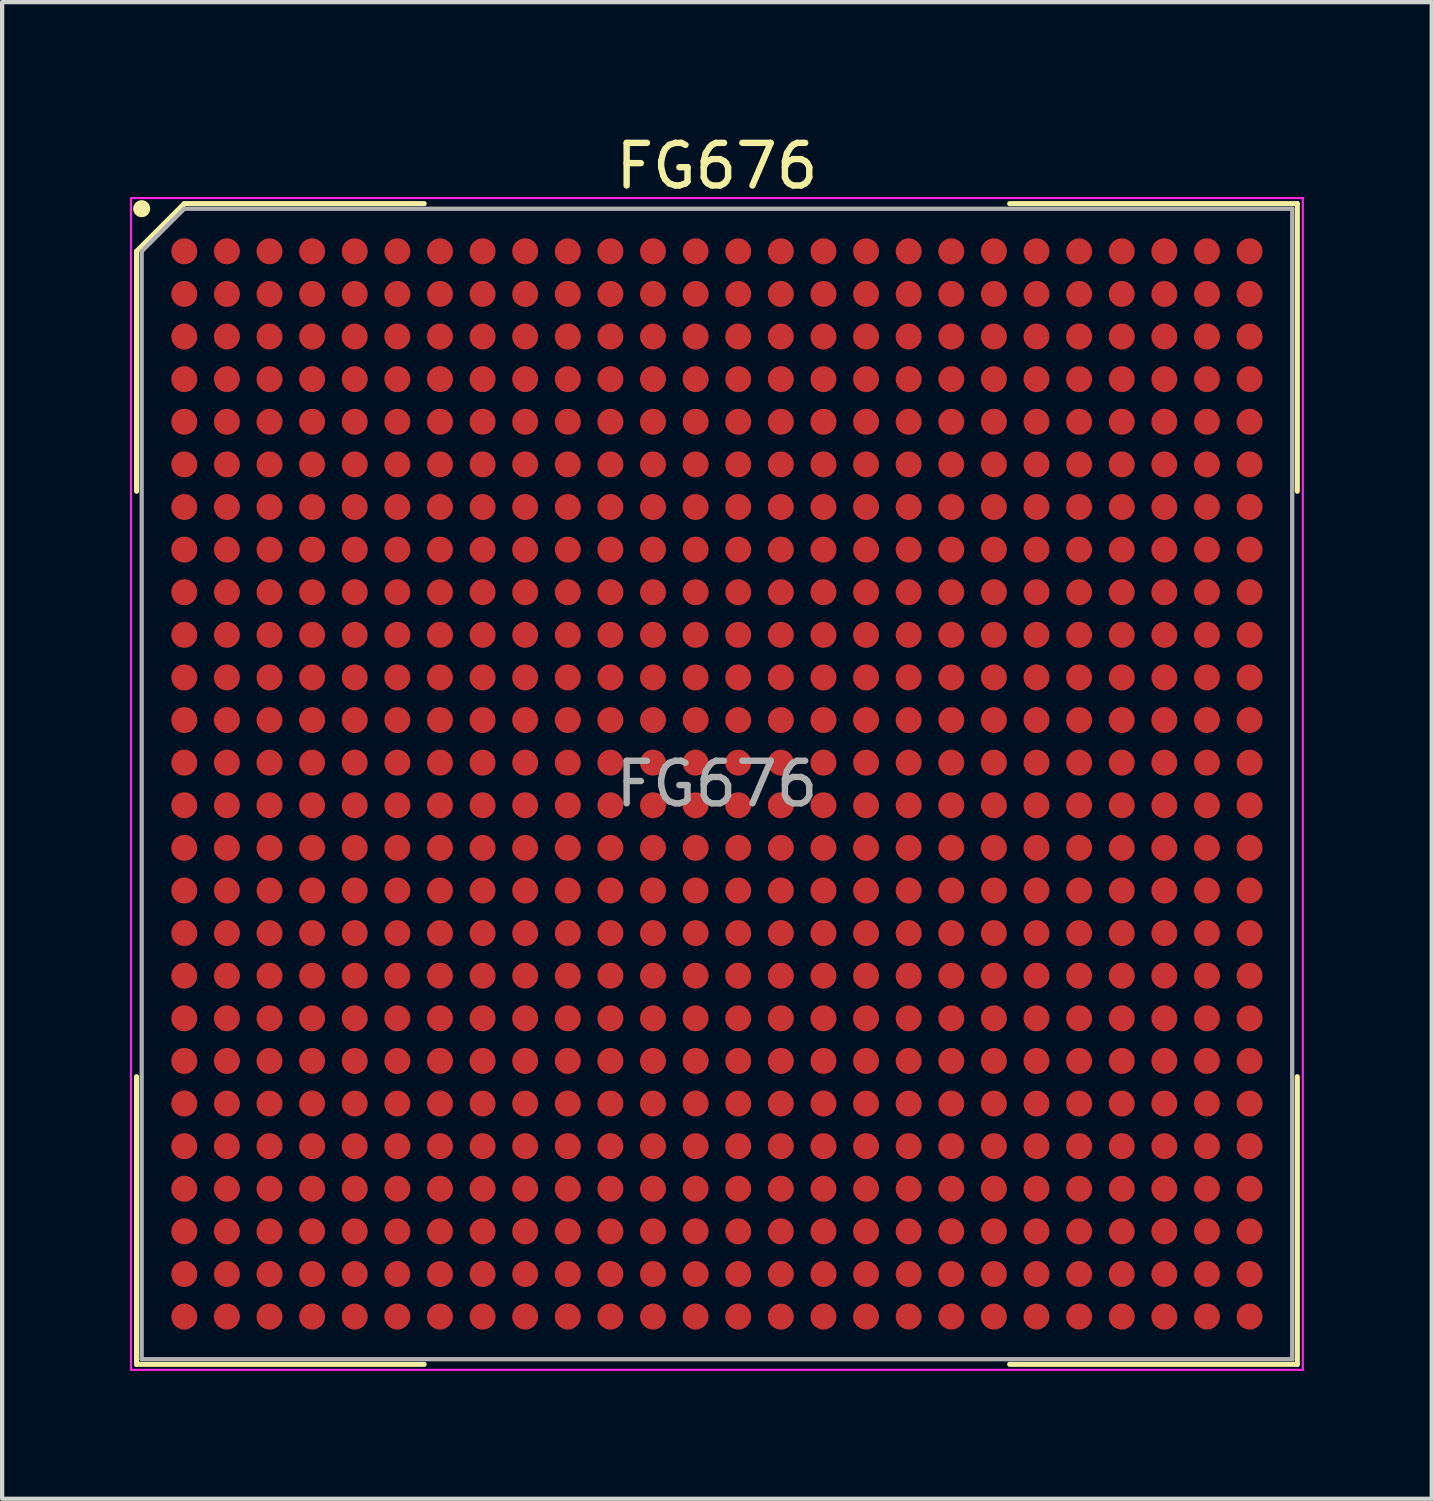
<source format=kicad_pcb>
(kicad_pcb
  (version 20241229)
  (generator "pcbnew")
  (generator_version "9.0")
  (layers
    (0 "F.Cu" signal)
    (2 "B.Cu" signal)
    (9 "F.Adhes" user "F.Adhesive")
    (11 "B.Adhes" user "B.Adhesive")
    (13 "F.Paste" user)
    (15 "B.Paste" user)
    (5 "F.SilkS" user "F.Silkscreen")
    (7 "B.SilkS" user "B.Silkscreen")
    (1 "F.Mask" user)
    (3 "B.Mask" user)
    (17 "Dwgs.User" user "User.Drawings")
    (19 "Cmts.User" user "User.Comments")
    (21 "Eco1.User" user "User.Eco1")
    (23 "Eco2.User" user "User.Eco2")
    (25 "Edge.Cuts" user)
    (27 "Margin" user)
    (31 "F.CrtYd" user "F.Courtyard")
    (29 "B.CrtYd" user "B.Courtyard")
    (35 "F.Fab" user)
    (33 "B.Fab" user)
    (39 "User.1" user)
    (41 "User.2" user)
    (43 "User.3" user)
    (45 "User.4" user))
  (footprint "FG676"
    (layer "F.Cu")
    (at 13.775 15.348)
    (property "Reference" "FG676" (at 0 -14.5 0) (layer "F.SilkS") (effects (font (size 1 1) (thickness 0.15))))
    (attr smd)
    (fp_line (start -13.62 -12.5) (end -13.62 -6.87) (stroke (width 0.12) (type default)) (layer "F.SilkS"))
    (fp_line (start -13.62 13.62) (end -13.62 6.87) (stroke (width 0.12) (type default)) (layer "F.SilkS"))
    (fp_line (start -12.5 -13.62) (end -13.62 -12.5) (stroke (width 0.12) (type default)) (layer "F.SilkS"))
    (fp_line (start -6.87 -13.62) (end -12.5 -13.62) (stroke (width 0.12) (type default)) (layer "F.SilkS"))
    (fp_line (start -6.87 13.62) (end -13.62 13.62) (stroke (width 0.12) (type default)) (layer "F.SilkS"))
    (fp_line (start 6.87 -13.62) (end 13.62 -13.62) (stroke (width 0.12) (type default)) (layer "F.SilkS"))
    (fp_line (start 6.87 13.62) (end 13.62 13.62) (stroke (width 0.12) (type default)) (layer "F.SilkS"))
    (fp_line (start 13.62 -13.62) (end 13.62 -6.87) (stroke (width 0.12) (type default)) (layer "F.SilkS"))
    (fp_line (start 13.62 13.62) (end 13.62 6.87) (stroke (width 0.12) (type default)) (layer "F.SilkS"))
    (fp_circle (center -13.5 -13.5) (end -13.5 -13.4) (stroke (width 0.2) (type default)) (fill no) (layer "F.SilkS"))
    (fp_line (start -13.75 -13.75) (end 13.75 -13.75) (stroke (width 0.05) (type default)) (layer "F.CrtYd"))
    (fp_line (start -13.75 13.75) (end -13.75 -13.75) (stroke (width 0.05) (type default)) (layer "F.CrtYd"))
    (fp_line (start 13.75 -13.75) (end 13.75 13.75) (stroke (width 0.05) (type default)) (layer "F.CrtYd"))
    (fp_line (start 13.75 13.75) (end -13.75 13.75) (stroke (width 0.05) (type default)) (layer "F.CrtYd"))
    (fp_line (start -13.5 -12.5) (end -13.5 13.5) (stroke (width 0.1) (type default)) (layer "F.Fab"))
    (fp_line (start -13.5 13.5) (end 13.5 13.5) (stroke (width 0.1) (type default)) (layer "F.Fab"))
    (fp_line (start -12.5 -13.5) (end -13.5 -12.5) (stroke (width 0.1) (type default)) (layer "F.Fab"))
    (fp_line (start 13.5 -13.5) (end -12.5 -13.5) (stroke (width 0.1) (type default)) (layer "F.Fab"))
    (fp_line (start 13.5 13.5) (end 13.5 -13.5) (stroke (width 0.1) (type default)) (layer "F.Fab"))
    (fp_text user "${REFERENCE}" (at 0 0 0) (layer "F.Fab") (effects (font (size 1 1) (thickness 0.15))))
    (pad "A1" smd circle (at -12.5 -12.5) (size 0.61 0.61) (layers "F.Cu" "F.Mask" "F.Paste"))
    (pad "A2" smd circle (at -11.5 -12.5) (size 0.61 0.61) (layers "F.Cu" "F.Mask" "F.Paste"))
    (pad "A3" smd circle (at -10.5 -12.5) (size 0.61 0.61) (layers "F.Cu" "F.Mask" "F.Paste"))
    (pad "A4" smd circle (at -9.5 -12.5) (size 0.61 0.61) (layers "F.Cu" "F.Mask" "F.Paste"))
    (pad "A5" smd circle (at -8.5 -12.5) (size 0.61 0.61) (layers "F.Cu" "F.Mask" "F.Paste"))
    (pad "A6" smd circle (at -7.5 -12.5) (size 0.61 0.61) (layers "F.Cu" "F.Mask" "F.Paste"))
    (pad "A7" smd circle (at -6.5 -12.5) (size 0.61 0.61) (layers "F.Cu" "F.Mask" "F.Paste"))
    (pad "A8" smd circle (at -5.5 -12.5) (size 0.61 0.61) (layers "F.Cu" "F.Mask" "F.Paste"))
    (pad "A9" smd circle (at -4.5 -12.5) (size 0.61 0.61) (layers "F.Cu" "F.Mask" "F.Paste"))
    (pad "A10" smd circle (at -3.5 -12.5) (size 0.61 0.61) (layers "F.Cu" "F.Mask" "F.Paste"))
    (pad "A11" smd circle (at -2.5 -12.5) (size 0.61 0.61) (layers "F.Cu" "F.Mask" "F.Paste"))
    (pad "A12" smd circle (at -1.5 -12.5) (size 0.61 0.61) (layers "F.Cu" "F.Mask" "F.Paste"))
    (pad "A13" smd circle (at -0.5 -12.5) (size 0.61 0.61) (layers "F.Cu" "F.Mask" "F.Paste"))
    (pad "A14" smd circle (at 0.5 -12.5) (size 0.61 0.61) (layers "F.Cu" "F.Mask" "F.Paste"))
    (pad "A15" smd circle (at 1.5 -12.5) (size 0.61 0.61) (layers "F.Cu" "F.Mask" "F.Paste"))
    (pad "A16" smd circle (at 2.5 -12.5) (size 0.61 0.61) (layers "F.Cu" "F.Mask" "F.Paste"))
    (pad "A17" smd circle (at 3.5 -12.5) (size 0.61 0.61) (layers "F.Cu" "F.Mask" "F.Paste"))
    (pad "A18" smd circle (at 4.5 -12.5) (size 0.61 0.61) (layers "F.Cu" "F.Mask" "F.Paste"))
    (pad "A19" smd circle (at 5.5 -12.5) (size 0.61 0.61) (layers "F.Cu" "F.Mask" "F.Paste"))
    (pad "A20" smd circle (at 6.5 -12.5) (size 0.61 0.61) (layers "F.Cu" "F.Mask" "F.Paste"))
    (pad "A21" smd circle (at 7.5 -12.5) (size 0.61 0.61) (layers "F.Cu" "F.Mask" "F.Paste"))
    (pad "A22" smd circle (at 8.5 -12.5) (size 0.61 0.61) (layers "F.Cu" "F.Mask" "F.Paste"))
    (pad "A23" smd circle (at 9.5 -12.5) (size 0.61 0.61) (layers "F.Cu" "F.Mask" "F.Paste"))
    (pad "A24" smd circle (at 10.5 -12.5) (size 0.61 0.61) (layers "F.Cu" "F.Mask" "F.Paste"))
    (pad "A25" smd circle (at 11.5 -12.5) (size 0.61 0.61) (layers "F.Cu" "F.Mask" "F.Paste"))
    (pad "A26" smd circle (at 12.5 -12.5) (size 0.61 0.61) (layers "F.Cu" "F.Mask" "F.Paste"))
    (pad "AA1" smd circle (at -12.5 7.5) (size 0.61 0.61) (layers "F.Cu" "F.Mask" "F.Paste"))
    (pad "AA2" smd circle (at -11.5 7.5) (size 0.61 0.61) (layers "F.Cu" "F.Mask" "F.Paste"))
    (pad "AA3" smd circle (at -10.5 7.5) (size 0.61 0.61) (layers "F.Cu" "F.Mask" "F.Paste"))
    (pad "AA4" smd circle (at -9.5 7.5) (size 0.61 0.61) (layers "F.Cu" "F.Mask" "F.Paste"))
    (pad "AA5" smd circle (at -8.5 7.5) (size 0.61 0.61) (layers "F.Cu" "F.Mask" "F.Paste"))
    (pad "AA6" smd circle (at -7.5 7.5) (size 0.61 0.61) (layers "F.Cu" "F.Mask" "F.Paste"))
    (pad "AA7" smd circle (at -6.5 7.5) (size 0.61 0.61) (layers "F.Cu" "F.Mask" "F.Paste"))
    (pad "AA8" smd circle (at -5.5 7.5) (size 0.61 0.61) (layers "F.Cu" "F.Mask" "F.Paste"))
    (pad "AA9" smd circle (at -4.5 7.5) (size 0.61 0.61) (layers "F.Cu" "F.Mask" "F.Paste"))
    (pad "AA10" smd circle (at -3.5 7.5) (size 0.61 0.61) (layers "F.Cu" "F.Mask" "F.Paste"))
    (pad "AA11" smd circle (at -2.5 7.5) (size 0.61 0.61) (layers "F.Cu" "F.Mask" "F.Paste"))
    (pad "AA12" smd circle (at -1.5 7.5) (size 0.61 0.61) (layers "F.Cu" "F.Mask" "F.Paste"))
    (pad "AA13" smd circle (at -0.5 7.5) (size 0.61 0.61) (layers "F.Cu" "F.Mask" "F.Paste"))
    (pad "AA14" smd circle (at 0.5 7.5) (size 0.61 0.61) (layers "F.Cu" "F.Mask" "F.Paste"))
    (pad "AA15" smd circle (at 1.5 7.5) (size 0.61 0.61) (layers "F.Cu" "F.Mask" "F.Paste"))
    (pad "AA16" smd circle (at 2.5 7.5) (size 0.61 0.61) (layers "F.Cu" "F.Mask" "F.Paste"))
    (pad "AA17" smd circle (at 3.5 7.5) (size 0.61 0.61) (layers "F.Cu" "F.Mask" "F.Paste"))
    (pad "AA18" smd circle (at 4.5 7.5) (size 0.61 0.61) (layers "F.Cu" "F.Mask" "F.Paste"))
    (pad "AA19" smd circle (at 5.5 7.5) (size 0.61 0.61) (layers "F.Cu" "F.Mask" "F.Paste"))
    (pad "AA20" smd circle (at 6.5 7.5) (size 0.61 0.61) (layers "F.Cu" "F.Mask" "F.Paste"))
    (pad "AA21" smd circle (at 7.5 7.5) (size 0.61 0.61) (layers "F.Cu" "F.Mask" "F.Paste"))
    (pad "AA22" smd circle (at 8.5 7.5) (size 0.61 0.61) (layers "F.Cu" "F.Mask" "F.Paste"))
    (pad "AA23" smd circle (at 9.5 7.5) (size 0.61 0.61) (layers "F.Cu" "F.Mask" "F.Paste"))
    (pad "AA24" smd circle (at 10.5 7.5) (size 0.61 0.61) (layers "F.Cu" "F.Mask" "F.Paste"))
    (pad "AA25" smd circle (at 11.5 7.5) (size 0.61 0.61) (layers "F.Cu" "F.Mask" "F.Paste"))
    (pad "AA26" smd circle (at 12.5 7.5) (size 0.61 0.61) (layers "F.Cu" "F.Mask" "F.Paste"))
    (pad "AB1" smd circle (at -12.5 8.5) (size 0.61 0.61) (layers "F.Cu" "F.Mask" "F.Paste"))
    (pad "AB2" smd circle (at -11.5 8.5) (size 0.61 0.61) (layers "F.Cu" "F.Mask" "F.Paste"))
    (pad "AB3" smd circle (at -10.5 8.5) (size 0.61 0.61) (layers "F.Cu" "F.Mask" "F.Paste"))
    (pad "AB4" smd circle (at -9.5 8.5) (size 0.61 0.61) (layers "F.Cu" "F.Mask" "F.Paste"))
    (pad "AB5" smd circle (at -8.5 8.5) (size 0.61 0.61) (layers "F.Cu" "F.Mask" "F.Paste"))
    (pad "AB6" smd circle (at -7.5 8.5) (size 0.61 0.61) (layers "F.Cu" "F.Mask" "F.Paste"))
    (pad "AB7" smd circle (at -6.5 8.5) (size 0.61 0.61) (layers "F.Cu" "F.Mask" "F.Paste"))
    (pad "AB8" smd circle (at -5.5 8.5) (size 0.61 0.61) (layers "F.Cu" "F.Mask" "F.Paste"))
    (pad "AB9" smd circle (at -4.5 8.5) (size 0.61 0.61) (layers "F.Cu" "F.Mask" "F.Paste"))
    (pad "AB10" smd circle (at -3.5 8.5) (size 0.61 0.61) (layers "F.Cu" "F.Mask" "F.Paste"))
    (pad "AB11" smd circle (at -2.5 8.5) (size 0.61 0.61) (layers "F.Cu" "F.Mask" "F.Paste"))
    (pad "AB12" smd circle (at -1.5 8.5) (size 0.61 0.61) (layers "F.Cu" "F.Mask" "F.Paste"))
    (pad "AB13" smd circle (at -0.5 8.5) (size 0.61 0.61) (layers "F.Cu" "F.Mask" "F.Paste"))
    (pad "AB14" smd circle (at 0.5 8.5) (size 0.61 0.61) (layers "F.Cu" "F.Mask" "F.Paste"))
    (pad "AB15" smd circle (at 1.5 8.5) (size 0.61 0.61) (layers "F.Cu" "F.Mask" "F.Paste"))
    (pad "AB16" smd circle (at 2.5 8.5) (size 0.61 0.61) (layers "F.Cu" "F.Mask" "F.Paste"))
    (pad "AB17" smd circle (at 3.5 8.5) (size 0.61 0.61) (layers "F.Cu" "F.Mask" "F.Paste"))
    (pad "AB18" smd circle (at 4.5 8.5) (size 0.61 0.61) (layers "F.Cu" "F.Mask" "F.Paste"))
    (pad "AB19" smd circle (at 5.5 8.5) (size 0.61 0.61) (layers "F.Cu" "F.Mask" "F.Paste"))
    (pad "AB20" smd circle (at 6.5 8.5) (size 0.61 0.61) (layers "F.Cu" "F.Mask" "F.Paste"))
    (pad "AB21" smd circle (at 7.5 8.5) (size 0.61 0.61) (layers "F.Cu" "F.Mask" "F.Paste"))
    (pad "AB22" smd circle (at 8.5 8.5) (size 0.61 0.61) (layers "F.Cu" "F.Mask" "F.Paste"))
    (pad "AB23" smd circle (at 9.5 8.5) (size 0.61 0.61) (layers "F.Cu" "F.Mask" "F.Paste"))
    (pad "AB24" smd circle (at 10.5 8.5) (size 0.61 0.61) (layers "F.Cu" "F.Mask" "F.Paste"))
    (pad "AB25" smd circle (at 11.5 8.5) (size 0.61 0.61) (layers "F.Cu" "F.Mask" "F.Paste"))
    (pad "AB26" smd circle (at 12.5 8.5) (size 0.61 0.61) (layers "F.Cu" "F.Mask" "F.Paste"))
    (pad "AC1" smd circle (at -12.5 9.5) (size 0.61 0.61) (layers "F.Cu" "F.Mask" "F.Paste"))
    (pad "AC2" smd circle (at -11.5 9.5) (size 0.61 0.61) (layers "F.Cu" "F.Mask" "F.Paste"))
    (pad "AC3" smd circle (at -10.5 9.5) (size 0.61 0.61) (layers "F.Cu" "F.Mask" "F.Paste"))
    (pad "AC4" smd circle (at -9.5 9.5) (size 0.61 0.61) (layers "F.Cu" "F.Mask" "F.Paste"))
    (pad "AC5" smd circle (at -8.5 9.5) (size 0.61 0.61) (layers "F.Cu" "F.Mask" "F.Paste"))
    (pad "AC6" smd circle (at -7.5 9.5) (size 0.61 0.61) (layers "F.Cu" "F.Mask" "F.Paste"))
    (pad "AC7" smd circle (at -6.5 9.5) (size 0.61 0.61) (layers "F.Cu" "F.Mask" "F.Paste"))
    (pad "AC8" smd circle (at -5.5 9.5) (size 0.61 0.61) (layers "F.Cu" "F.Mask" "F.Paste"))
    (pad "AC9" smd circle (at -4.5 9.5) (size 0.61 0.61) (layers "F.Cu" "F.Mask" "F.Paste"))
    (pad "AC10" smd circle (at -3.5 9.5) (size 0.61 0.61) (layers "F.Cu" "F.Mask" "F.Paste"))
    (pad "AC11" smd circle (at -2.5 9.5) (size 0.61 0.61) (layers "F.Cu" "F.Mask" "F.Paste"))
    (pad "AC12" smd circle (at -1.5 9.5) (size 0.61 0.61) (layers "F.Cu" "F.Mask" "F.Paste"))
    (pad "AC13" smd circle (at -0.5 9.5) (size 0.61 0.61) (layers "F.Cu" "F.Mask" "F.Paste"))
    (pad "AC14" smd circle (at 0.5 9.5) (size 0.61 0.61) (layers "F.Cu" "F.Mask" "F.Paste"))
    (pad "AC15" smd circle (at 1.5 9.5) (size 0.61 0.61) (layers "F.Cu" "F.Mask" "F.Paste"))
    (pad "AC16" smd circle (at 2.5 9.5) (size 0.61 0.61) (layers "F.Cu" "F.Mask" "F.Paste"))
    (pad "AC17" smd circle (at 3.5 9.5) (size 0.61 0.61) (layers "F.Cu" "F.Mask" "F.Paste"))
    (pad "AC18" smd circle (at 4.5 9.5) (size 0.61 0.61) (layers "F.Cu" "F.Mask" "F.Paste"))
    (pad "AC19" smd circle (at 5.5 9.5) (size 0.61 0.61) (layers "F.Cu" "F.Mask" "F.Paste"))
    (pad "AC20" smd circle (at 6.5 9.5) (size 0.61 0.61) (layers "F.Cu" "F.Mask" "F.Paste"))
    (pad "AC21" smd circle (at 7.5 9.5) (size 0.61 0.61) (layers "F.Cu" "F.Mask" "F.Paste"))
    (pad "AC22" smd circle (at 8.5 9.5) (size 0.61 0.61) (layers "F.Cu" "F.Mask" "F.Paste"))
    (pad "AC23" smd circle (at 9.5 9.5) (size 0.61 0.61) (layers "F.Cu" "F.Mask" "F.Paste"))
    (pad "AC24" smd circle (at 10.5 9.5) (size 0.61 0.61) (layers "F.Cu" "F.Mask" "F.Paste"))
    (pad "AC25" smd circle (at 11.5 9.5) (size 0.61 0.61) (layers "F.Cu" "F.Mask" "F.Paste"))
    (pad "AC26" smd circle (at 12.5 9.5) (size 0.61 0.61) (layers "F.Cu" "F.Mask" "F.Paste"))
    (pad "AD1" smd circle (at -12.5 10.5) (size 0.61 0.61) (layers "F.Cu" "F.Mask" "F.Paste"))
    (pad "AD2" smd circle (at -11.5 10.5) (size 0.61 0.61) (layers "F.Cu" "F.Mask" "F.Paste"))
    (pad "AD3" smd circle (at -10.5 10.5) (size 0.61 0.61) (layers "F.Cu" "F.Mask" "F.Paste"))
    (pad "AD4" smd circle (at -9.5 10.5) (size 0.61 0.61) (layers "F.Cu" "F.Mask" "F.Paste"))
    (pad "AD5" smd circle (at -8.5 10.5) (size 0.61 0.61) (layers "F.Cu" "F.Mask" "F.Paste"))
    (pad "AD6" smd circle (at -7.5 10.5) (size 0.61 0.61) (layers "F.Cu" "F.Mask" "F.Paste"))
    (pad "AD7" smd circle (at -6.5 10.5) (size 0.61 0.61) (layers "F.Cu" "F.Mask" "F.Paste"))
    (pad "AD8" smd circle (at -5.5 10.5) (size 0.61 0.61) (layers "F.Cu" "F.Mask" "F.Paste"))
    (pad "AD9" smd circle (at -4.5 10.5) (size 0.61 0.61) (layers "F.Cu" "F.Mask" "F.Paste"))
    (pad "AD10" smd circle (at -3.5 10.5) (size 0.61 0.61) (layers "F.Cu" "F.Mask" "F.Paste"))
    (pad "AD11" smd circle (at -2.5 10.5) (size 0.61 0.61) (layers "F.Cu" "F.Mask" "F.Paste"))
    (pad "AD12" smd circle (at -1.5 10.5) (size 0.61 0.61) (layers "F.Cu" "F.Mask" "F.Paste"))
    (pad "AD13" smd circle (at -0.5 10.5) (size 0.61 0.61) (layers "F.Cu" "F.Mask" "F.Paste"))
    (pad "AD14" smd circle (at 0.5 10.5) (size 0.61 0.61) (layers "F.Cu" "F.Mask" "F.Paste"))
    (pad "AD15" smd circle (at 1.5 10.5) (size 0.61 0.61) (layers "F.Cu" "F.Mask" "F.Paste"))
    (pad "AD16" smd circle (at 2.5 10.5) (size 0.61 0.61) (layers "F.Cu" "F.Mask" "F.Paste"))
    (pad "AD17" smd circle (at 3.5 10.5) (size 0.61 0.61) (layers "F.Cu" "F.Mask" "F.Paste"))
    (pad "AD18" smd circle (at 4.5 10.5) (size 0.61 0.61) (layers "F.Cu" "F.Mask" "F.Paste"))
    (pad "AD19" smd circle (at 5.5 10.5) (size 0.61 0.61) (layers "F.Cu" "F.Mask" "F.Paste"))
    (pad "AD20" smd circle (at 6.5 10.5) (size 0.61 0.61) (layers "F.Cu" "F.Mask" "F.Paste"))
    (pad "AD21" smd circle (at 7.5 10.5) (size 0.61 0.61) (layers "F.Cu" "F.Mask" "F.Paste"))
    (pad "AD22" smd circle (at 8.5 10.5) (size 0.61 0.61) (layers "F.Cu" "F.Mask" "F.Paste"))
    (pad "AD23" smd circle (at 9.5 10.5) (size 0.61 0.61) (layers "F.Cu" "F.Mask" "F.Paste"))
    (pad "AD24" smd circle (at 10.5 10.5) (size 0.61 0.61) (layers "F.Cu" "F.Mask" "F.Paste"))
    (pad "AD25" smd circle (at 11.5 10.5) (size 0.61 0.61) (layers "F.Cu" "F.Mask" "F.Paste"))
    (pad "AD26" smd circle (at 12.5 10.5) (size 0.61 0.61) (layers "F.Cu" "F.Mask" "F.Paste"))
    (pad "AE1" smd circle (at -12.5 11.5) (size 0.61 0.61) (layers "F.Cu" "F.Mask" "F.Paste"))
    (pad "AE2" smd circle (at -11.5 11.5) (size 0.61 0.61) (layers "F.Cu" "F.Mask" "F.Paste"))
    (pad "AE3" smd circle (at -10.5 11.5) (size 0.61 0.61) (layers "F.Cu" "F.Mask" "F.Paste"))
    (pad "AE4" smd circle (at -9.5 11.5) (size 0.61 0.61) (layers "F.Cu" "F.Mask" "F.Paste"))
    (pad "AE5" smd circle (at -8.5 11.5) (size 0.61 0.61) (layers "F.Cu" "F.Mask" "F.Paste"))
    (pad "AE6" smd circle (at -7.5 11.5) (size 0.61 0.61) (layers "F.Cu" "F.Mask" "F.Paste"))
    (pad "AE7" smd circle (at -6.5 11.5) (size 0.61 0.61) (layers "F.Cu" "F.Mask" "F.Paste"))
    (pad "AE8" smd circle (at -5.5 11.5) (size 0.61 0.61) (layers "F.Cu" "F.Mask" "F.Paste"))
    (pad "AE9" smd circle (at -4.5 11.5) (size 0.61 0.61) (layers "F.Cu" "F.Mask" "F.Paste"))
    (pad "AE10" smd circle (at -3.5 11.5) (size 0.61 0.61) (layers "F.Cu" "F.Mask" "F.Paste"))
    (pad "AE11" smd circle (at -2.5 11.5) (size 0.61 0.61) (layers "F.Cu" "F.Mask" "F.Paste"))
    (pad "AE12" smd circle (at -1.5 11.5) (size 0.61 0.61) (layers "F.Cu" "F.Mask" "F.Paste"))
    (pad "AE13" smd circle (at -0.5 11.5) (size 0.61 0.61) (layers "F.Cu" "F.Mask" "F.Paste"))
    (pad "AE14" smd circle (at 0.5 11.5) (size 0.61 0.61) (layers "F.Cu" "F.Mask" "F.Paste"))
    (pad "AE15" smd circle (at 1.5 11.5) (size 0.61 0.61) (layers "F.Cu" "F.Mask" "F.Paste"))
    (pad "AE16" smd circle (at 2.5 11.5) (size 0.61 0.61) (layers "F.Cu" "F.Mask" "F.Paste"))
    (pad "AE17" smd circle (at 3.5 11.5) (size 0.61 0.61) (layers "F.Cu" "F.Mask" "F.Paste"))
    (pad "AE18" smd circle (at 4.5 11.5) (size 0.61 0.61) (layers "F.Cu" "F.Mask" "F.Paste"))
    (pad "AE19" smd circle (at 5.5 11.5) (size 0.61 0.61) (layers "F.Cu" "F.Mask" "F.Paste"))
    (pad "AE20" smd circle (at 6.5 11.5) (size 0.61 0.61) (layers "F.Cu" "F.Mask" "F.Paste"))
    (pad "AE21" smd circle (at 7.5 11.5) (size 0.61 0.61) (layers "F.Cu" "F.Mask" "F.Paste"))
    (pad "AE22" smd circle (at 8.5 11.5) (size 0.61 0.61) (layers "F.Cu" "F.Mask" "F.Paste"))
    (pad "AE23" smd circle (at 9.5 11.5) (size 0.61 0.61) (layers "F.Cu" "F.Mask" "F.Paste"))
    (pad "AE24" smd circle (at 10.5 11.5) (size 0.61 0.61) (layers "F.Cu" "F.Mask" "F.Paste"))
    (pad "AE25" smd circle (at 11.5 11.5) (size 0.61 0.61) (layers "F.Cu" "F.Mask" "F.Paste"))
    (pad "AE26" smd circle (at 12.5 11.5) (size 0.61 0.61) (layers "F.Cu" "F.Mask" "F.Paste"))
    (pad "AF1" smd circle (at -12.5 12.5) (size 0.61 0.61) (layers "F.Cu" "F.Mask" "F.Paste"))
    (pad "AF2" smd circle (at -11.5 12.5) (size 0.61 0.61) (layers "F.Cu" "F.Mask" "F.Paste"))
    (pad "AF3" smd circle (at -10.5 12.5) (size 0.61 0.61) (layers "F.Cu" "F.Mask" "F.Paste"))
    (pad "AF4" smd circle (at -9.5 12.5) (size 0.61 0.61) (layers "F.Cu" "F.Mask" "F.Paste"))
    (pad "AF5" smd circle (at -8.5 12.5) (size 0.61 0.61) (layers "F.Cu" "F.Mask" "F.Paste"))
    (pad "AF6" smd circle (at -7.5 12.5) (size 0.61 0.61) (layers "F.Cu" "F.Mask" "F.Paste"))
    (pad "AF7" smd circle (at -6.5 12.5) (size 0.61 0.61) (layers "F.Cu" "F.Mask" "F.Paste"))
    (pad "AF8" smd circle (at -5.5 12.5) (size 0.61 0.61) (layers "F.Cu" "F.Mask" "F.Paste"))
    (pad "AF9" smd circle (at -4.5 12.5) (size 0.61 0.61) (layers "F.Cu" "F.Mask" "F.Paste"))
    (pad "AF10" smd circle (at -3.5 12.5) (size 0.61 0.61) (layers "F.Cu" "F.Mask" "F.Paste"))
    (pad "AF11" smd circle (at -2.5 12.5) (size 0.61 0.61) (layers "F.Cu" "F.Mask" "F.Paste"))
    (pad "AF12" smd circle (at -1.5 12.5) (size 0.61 0.61) (layers "F.Cu" "F.Mask" "F.Paste"))
    (pad "AF13" smd circle (at -0.5 12.5) (size 0.61 0.61) (layers "F.Cu" "F.Mask" "F.Paste"))
    (pad "AF14" smd circle (at 0.5 12.5) (size 0.61 0.61) (layers "F.Cu" "F.Mask" "F.Paste"))
    (pad "AF15" smd circle (at 1.5 12.5) (size 0.61 0.61) (layers "F.Cu" "F.Mask" "F.Paste"))
    (pad "AF16" smd circle (at 2.5 12.5) (size 0.61 0.61) (layers "F.Cu" "F.Mask" "F.Paste"))
    (pad "AF17" smd circle (at 3.5 12.5) (size 0.61 0.61) (layers "F.Cu" "F.Mask" "F.Paste"))
    (pad "AF18" smd circle (at 4.5 12.5) (size 0.61 0.61) (layers "F.Cu" "F.Mask" "F.Paste"))
    (pad "AF19" smd circle (at 5.5 12.5) (size 0.61 0.61) (layers "F.Cu" "F.Mask" "F.Paste"))
    (pad "AF20" smd circle (at 6.5 12.5) (size 0.61 0.61) (layers "F.Cu" "F.Mask" "F.Paste"))
    (pad "AF21" smd circle (at 7.5 12.5) (size 0.61 0.61) (layers "F.Cu" "F.Mask" "F.Paste"))
    (pad "AF22" smd circle (at 8.5 12.5) (size 0.61 0.61) (layers "F.Cu" "F.Mask" "F.Paste"))
    (pad "AF23" smd circle (at 9.5 12.5) (size 0.61 0.61) (layers "F.Cu" "F.Mask" "F.Paste"))
    (pad "AF24" smd circle (at 10.5 12.5) (size 0.61 0.61) (layers "F.Cu" "F.Mask" "F.Paste"))
    (pad "AF25" smd circle (at 11.5 12.5) (size 0.61 0.61) (layers "F.Cu" "F.Mask" "F.Paste"))
    (pad "AF26" smd circle (at 12.5 12.5) (size 0.61 0.61) (layers "F.Cu" "F.Mask" "F.Paste"))
    (pad "B1" smd circle (at -12.5 -11.5) (size 0.61 0.61) (layers "F.Cu" "F.Mask" "F.Paste"))
    (pad "B2" smd circle (at -11.5 -11.5) (size 0.61 0.61) (layers "F.Cu" "F.Mask" "F.Paste"))
    (pad "B3" smd circle (at -10.5 -11.5) (size 0.61 0.61) (layers "F.Cu" "F.Mask" "F.Paste"))
    (pad "B4" smd circle (at -9.5 -11.5) (size 0.61 0.61) (layers "F.Cu" "F.Mask" "F.Paste"))
    (pad "B5" smd circle (at -8.5 -11.5) (size 0.61 0.61) (layers "F.Cu" "F.Mask" "F.Paste"))
    (pad "B6" smd circle (at -7.5 -11.5) (size 0.61 0.61) (layers "F.Cu" "F.Mask" "F.Paste"))
    (pad "B7" smd circle (at -6.5 -11.5) (size 0.61 0.61) (layers "F.Cu" "F.Mask" "F.Paste"))
    (pad "B8" smd circle (at -5.5 -11.5) (size 0.61 0.61) (layers "F.Cu" "F.Mask" "F.Paste"))
    (pad "B9" smd circle (at -4.5 -11.5) (size 0.61 0.61) (layers "F.Cu" "F.Mask" "F.Paste"))
    (pad "B10" smd circle (at -3.5 -11.5) (size 0.61 0.61) (layers "F.Cu" "F.Mask" "F.Paste"))
    (pad "B11" smd circle (at -2.5 -11.5) (size 0.61 0.61) (layers "F.Cu" "F.Mask" "F.Paste"))
    (pad "B12" smd circle (at -1.5 -11.5) (size 0.61 0.61) (layers "F.Cu" "F.Mask" "F.Paste"))
    (pad "B13" smd circle (at -0.5 -11.5) (size 0.61 0.61) (layers "F.Cu" "F.Mask" "F.Paste"))
    (pad "B14" smd circle (at 0.5 -11.5) (size 0.61 0.61) (layers "F.Cu" "F.Mask" "F.Paste"))
    (pad "B15" smd circle (at 1.5 -11.5) (size 0.61 0.61) (layers "F.Cu" "F.Mask" "F.Paste"))
    (pad "B16" smd circle (at 2.5 -11.5) (size 0.61 0.61) (layers "F.Cu" "F.Mask" "F.Paste"))
    (pad "B17" smd circle (at 3.5 -11.5) (size 0.61 0.61) (layers "F.Cu" "F.Mask" "F.Paste"))
    (pad "B18" smd circle (at 4.5 -11.5) (size 0.61 0.61) (layers "F.Cu" "F.Mask" "F.Paste"))
    (pad "B19" smd circle (at 5.5 -11.5) (size 0.61 0.61) (layers "F.Cu" "F.Mask" "F.Paste"))
    (pad "B20" smd circle (at 6.5 -11.5) (size 0.61 0.61) (layers "F.Cu" "F.Mask" "F.Paste"))
    (pad "B21" smd circle (at 7.5 -11.5) (size 0.61 0.61) (layers "F.Cu" "F.Mask" "F.Paste"))
    (pad "B22" smd circle (at 8.5 -11.5) (size 0.61 0.61) (layers "F.Cu" "F.Mask" "F.Paste"))
    (pad "B23" smd circle (at 9.5 -11.5) (size 0.61 0.61) (layers "F.Cu" "F.Mask" "F.Paste"))
    (pad "B24" smd circle (at 10.5 -11.5) (size 0.61 0.61) (layers "F.Cu" "F.Mask" "F.Paste"))
    (pad "B25" smd circle (at 11.5 -11.5) (size 0.61 0.61) (layers "F.Cu" "F.Mask" "F.Paste"))
    (pad "B26" smd circle (at 12.5 -11.5) (size 0.61 0.61) (layers "F.Cu" "F.Mask" "F.Paste"))
    (pad "C1" smd circle (at -12.5 -10.5) (size 0.61 0.61) (layers "F.Cu" "F.Mask" "F.Paste"))
    (pad "C2" smd circle (at -11.5 -10.5) (size 0.61 0.61) (layers "F.Cu" "F.Mask" "F.Paste"))
    (pad "C3" smd circle (at -10.5 -10.5) (size 0.61 0.61) (layers "F.Cu" "F.Mask" "F.Paste"))
    (pad "C4" smd circle (at -9.5 -10.5) (size 0.61 0.61) (layers "F.Cu" "F.Mask" "F.Paste"))
    (pad "C5" smd circle (at -8.5 -10.5) (size 0.61 0.61) (layers "F.Cu" "F.Mask" "F.Paste"))
    (pad "C6" smd circle (at -7.5 -10.5) (size 0.61 0.61) (layers "F.Cu" "F.Mask" "F.Paste"))
    (pad "C7" smd circle (at -6.5 -10.5) (size 0.61 0.61) (layers "F.Cu" "F.Mask" "F.Paste"))
    (pad "C8" smd circle (at -5.5 -10.5) (size 0.61 0.61) (layers "F.Cu" "F.Mask" "F.Paste"))
    (pad "C9" smd circle (at -4.5 -10.5) (size 0.61 0.61) (layers "F.Cu" "F.Mask" "F.Paste"))
    (pad "C10" smd circle (at -3.5 -10.5) (size 0.61 0.61) (layers "F.Cu" "F.Mask" "F.Paste"))
    (pad "C11" smd circle (at -2.5 -10.5) (size 0.61 0.61) (layers "F.Cu" "F.Mask" "F.Paste"))
    (pad "C12" smd circle (at -1.5 -10.5) (size 0.61 0.61) (layers "F.Cu" "F.Mask" "F.Paste"))
    (pad "C13" smd circle (at -0.5 -10.5) (size 0.61 0.61) (layers "F.Cu" "F.Mask" "F.Paste"))
    (pad "C14" smd circle (at 0.5 -10.5) (size 0.61 0.61) (layers "F.Cu" "F.Mask" "F.Paste"))
    (pad "C15" smd circle (at 1.5 -10.5) (size 0.61 0.61) (layers "F.Cu" "F.Mask" "F.Paste"))
    (pad "C16" smd circle (at 2.5 -10.5) (size 0.61 0.61) (layers "F.Cu" "F.Mask" "F.Paste"))
    (pad "C17" smd circle (at 3.5 -10.5) (size 0.61 0.61) (layers "F.Cu" "F.Mask" "F.Paste"))
    (pad "C18" smd circle (at 4.5 -10.5) (size 0.61 0.61) (layers "F.Cu" "F.Mask" "F.Paste"))
    (pad "C19" smd circle (at 5.5 -10.5) (size 0.61 0.61) (layers "F.Cu" "F.Mask" "F.Paste"))
    (pad "C20" smd circle (at 6.5 -10.5) (size 0.61 0.61) (layers "F.Cu" "F.Mask" "F.Paste"))
    (pad "C21" smd circle (at 7.5 -10.5) (size 0.61 0.61) (layers "F.Cu" "F.Mask" "F.Paste"))
    (pad "C22" smd circle (at 8.5 -10.5) (size 0.61 0.61) (layers "F.Cu" "F.Mask" "F.Paste"))
    (pad "C23" smd circle (at 9.5 -10.5) (size 0.61 0.61) (layers "F.Cu" "F.Mask" "F.Paste"))
    (pad "C24" smd circle (at 10.5 -10.5) (size 0.61 0.61) (layers "F.Cu" "F.Mask" "F.Paste"))
    (pad "C25" smd circle (at 11.5 -10.5) (size 0.61 0.61) (layers "F.Cu" "F.Mask" "F.Paste"))
    (pad "C26" smd circle (at 12.5 -10.5) (size 0.61 0.61) (layers "F.Cu" "F.Mask" "F.Paste"))
    (pad "D1" smd circle (at -12.5 -9.5) (size 0.61 0.61) (layers "F.Cu" "F.Mask" "F.Paste"))
    (pad "D2" smd circle (at -11.5 -9.5) (size 0.61 0.61) (layers "F.Cu" "F.Mask" "F.Paste"))
    (pad "D3" smd circle (at -10.5 -9.5) (size 0.61 0.61) (layers "F.Cu" "F.Mask" "F.Paste"))
    (pad "D4" smd circle (at -9.5 -9.5) (size 0.61 0.61) (layers "F.Cu" "F.Mask" "F.Paste"))
    (pad "D5" smd circle (at -8.5 -9.5) (size 0.61 0.61) (layers "F.Cu" "F.Mask" "F.Paste"))
    (pad "D6" smd circle (at -7.5 -9.5) (size 0.61 0.61) (layers "F.Cu" "F.Mask" "F.Paste"))
    (pad "D7" smd circle (at -6.5 -9.5) (size 0.61 0.61) (layers "F.Cu" "F.Mask" "F.Paste"))
    (pad "D8" smd circle (at -5.5 -9.5) (size 0.61 0.61) (layers "F.Cu" "F.Mask" "F.Paste"))
    (pad "D9" smd circle (at -4.5 -9.5) (size 0.61 0.61) (layers "F.Cu" "F.Mask" "F.Paste"))
    (pad "D10" smd circle (at -3.5 -9.5) (size 0.61 0.61) (layers "F.Cu" "F.Mask" "F.Paste"))
    (pad "D11" smd circle (at -2.5 -9.5) (size 0.61 0.61) (layers "F.Cu" "F.Mask" "F.Paste"))
    (pad "D12" smd circle (at -1.5 -9.5) (size 0.61 0.61) (layers "F.Cu" "F.Mask" "F.Paste"))
    (pad "D13" smd circle (at -0.5 -9.5) (size 0.61 0.61) (layers "F.Cu" "F.Mask" "F.Paste"))
    (pad "D14" smd circle (at 0.5 -9.5) (size 0.61 0.61) (layers "F.Cu" "F.Mask" "F.Paste"))
    (pad "D15" smd circle (at 1.5 -9.5) (size 0.61 0.61) (layers "F.Cu" "F.Mask" "F.Paste"))
    (pad "D16" smd circle (at 2.5 -9.5) (size 0.61 0.61) (layers "F.Cu" "F.Mask" "F.Paste"))
    (pad "D17" smd circle (at 3.5 -9.5) (size 0.61 0.61) (layers "F.Cu" "F.Mask" "F.Paste"))
    (pad "D18" smd circle (at 4.5 -9.5) (size 0.61 0.61) (layers "F.Cu" "F.Mask" "F.Paste"))
    (pad "D19" smd circle (at 5.5 -9.5) (size 0.61 0.61) (layers "F.Cu" "F.Mask" "F.Paste"))
    (pad "D20" smd circle (at 6.5 -9.5) (size 0.61 0.61) (layers "F.Cu" "F.Mask" "F.Paste"))
    (pad "D21" smd circle (at 7.5 -9.5) (size 0.61 0.61) (layers "F.Cu" "F.Mask" "F.Paste"))
    (pad "D22" smd circle (at 8.5 -9.5) (size 0.61 0.61) (layers "F.Cu" "F.Mask" "F.Paste"))
    (pad "D23" smd circle (at 9.5 -9.5) (size 0.61 0.61) (layers "F.Cu" "F.Mask" "F.Paste"))
    (pad "D24" smd circle (at 10.5 -9.5) (size 0.61 0.61) (layers "F.Cu" "F.Mask" "F.Paste"))
    (pad "D25" smd circle (at 11.5 -9.5) (size 0.61 0.61) (layers "F.Cu" "F.Mask" "F.Paste"))
    (pad "D26" smd circle (at 12.5 -9.5) (size 0.61 0.61) (layers "F.Cu" "F.Mask" "F.Paste"))
    (pad "E1" smd circle (at -12.5 -8.5) (size 0.61 0.61) (layers "F.Cu" "F.Mask" "F.Paste"))
    (pad "E2" smd circle (at -11.5 -8.5) (size 0.61 0.61) (layers "F.Cu" "F.Mask" "F.Paste"))
    (pad "E3" smd circle (at -10.5 -8.5) (size 0.61 0.61) (layers "F.Cu" "F.Mask" "F.Paste"))
    (pad "E4" smd circle (at -9.5 -8.5) (size 0.61 0.61) (layers "F.Cu" "F.Mask" "F.Paste"))
    (pad "E5" smd circle (at -8.5 -8.5) (size 0.61 0.61) (layers "F.Cu" "F.Mask" "F.Paste"))
    (pad "E6" smd circle (at -7.5 -8.5) (size 0.61 0.61) (layers "F.Cu" "F.Mask" "F.Paste"))
    (pad "E7" smd circle (at -6.5 -8.5) (size 0.61 0.61) (layers "F.Cu" "F.Mask" "F.Paste"))
    (pad "E8" smd circle (at -5.5 -8.5) (size 0.61 0.61) (layers "F.Cu" "F.Mask" "F.Paste"))
    (pad "E9" smd circle (at -4.5 -8.5) (size 0.61 0.61) (layers "F.Cu" "F.Mask" "F.Paste"))
    (pad "E10" smd circle (at -3.5 -8.5) (size 0.61 0.61) (layers "F.Cu" "F.Mask" "F.Paste"))
    (pad "E11" smd circle (at -2.5 -8.5) (size 0.61 0.61) (layers "F.Cu" "F.Mask" "F.Paste"))
    (pad "E12" smd circle (at -1.5 -8.5) (size 0.61 0.61) (layers "F.Cu" "F.Mask" "F.Paste"))
    (pad "E13" smd circle (at -0.5 -8.5) (size 0.61 0.61) (layers "F.Cu" "F.Mask" "F.Paste"))
    (pad "E14" smd circle (at 0.5 -8.5) (size 0.61 0.61) (layers "F.Cu" "F.Mask" "F.Paste"))
    (pad "E15" smd circle (at 1.5 -8.5) (size 0.61 0.61) (layers "F.Cu" "F.Mask" "F.Paste"))
    (pad "E16" smd circle (at 2.5 -8.5) (size 0.61 0.61) (layers "F.Cu" "F.Mask" "F.Paste"))
    (pad "E17" smd circle (at 3.5 -8.5) (size 0.61 0.61) (layers "F.Cu" "F.Mask" "F.Paste"))
    (pad "E18" smd circle (at 4.5 -8.5) (size 0.61 0.61) (layers "F.Cu" "F.Mask" "F.Paste"))
    (pad "E19" smd circle (at 5.5 -8.5) (size 0.61 0.61) (layers "F.Cu" "F.Mask" "F.Paste"))
    (pad "E20" smd circle (at 6.5 -8.5) (size 0.61 0.61) (layers "F.Cu" "F.Mask" "F.Paste"))
    (pad "E21" smd circle (at 7.5 -8.5) (size 0.61 0.61) (layers "F.Cu" "F.Mask" "F.Paste"))
    (pad "E22" smd circle (at 8.5 -8.5) (size 0.61 0.61) (layers "F.Cu" "F.Mask" "F.Paste"))
    (pad "E23" smd circle (at 9.5 -8.5) (size 0.61 0.61) (layers "F.Cu" "F.Mask" "F.Paste"))
    (pad "E24" smd circle (at 10.5 -8.5) (size 0.61 0.61) (layers "F.Cu" "F.Mask" "F.Paste"))
    (pad "E25" smd circle (at 11.5 -8.5) (size 0.61 0.61) (layers "F.Cu" "F.Mask" "F.Paste"))
    (pad "E26" smd circle (at 12.5 -8.5) (size 0.61 0.61) (layers "F.Cu" "F.Mask" "F.Paste"))
    (pad "F1" smd circle (at -12.5 -7.5) (size 0.61 0.61) (layers "F.Cu" "F.Mask" "F.Paste"))
    (pad "F2" smd circle (at -11.5 -7.5) (size 0.61 0.61) (layers "F.Cu" "F.Mask" "F.Paste"))
    (pad "F3" smd circle (at -10.5 -7.5) (size 0.61 0.61) (layers "F.Cu" "F.Mask" "F.Paste"))
    (pad "F4" smd circle (at -9.5 -7.5) (size 0.61 0.61) (layers "F.Cu" "F.Mask" "F.Paste"))
    (pad "F5" smd circle (at -8.5 -7.5) (size 0.61 0.61) (layers "F.Cu" "F.Mask" "F.Paste"))
    (pad "F6" smd circle (at -7.5 -7.5) (size 0.61 0.61) (layers "F.Cu" "F.Mask" "F.Paste"))
    (pad "F7" smd circle (at -6.5 -7.5) (size 0.61 0.61) (layers "F.Cu" "F.Mask" "F.Paste"))
    (pad "F8" smd circle (at -5.5 -7.5) (size 0.61 0.61) (layers "F.Cu" "F.Mask" "F.Paste"))
    (pad "F9" smd circle (at -4.5 -7.5) (size 0.61 0.61) (layers "F.Cu" "F.Mask" "F.Paste"))
    (pad "F10" smd circle (at -3.5 -7.5) (size 0.61 0.61) (layers "F.Cu" "F.Mask" "F.Paste"))
    (pad "F11" smd circle (at -2.5 -7.5) (size 0.61 0.61) (layers "F.Cu" "F.Mask" "F.Paste"))
    (pad "F12" smd circle (at -1.5 -7.5) (size 0.61 0.61) (layers "F.Cu" "F.Mask" "F.Paste"))
    (pad "F13" smd circle (at -0.5 -7.5) (size 0.61 0.61) (layers "F.Cu" "F.Mask" "F.Paste"))
    (pad "F14" smd circle (at 0.5 -7.5) (size 0.61 0.61) (layers "F.Cu" "F.Mask" "F.Paste"))
    (pad "F15" smd circle (at 1.5 -7.5) (size 0.61 0.61) (layers "F.Cu" "F.Mask" "F.Paste"))
    (pad "F16" smd circle (at 2.5 -7.5) (size 0.61 0.61) (layers "F.Cu" "F.Mask" "F.Paste"))
    (pad "F17" smd circle (at 3.5 -7.5) (size 0.61 0.61) (layers "F.Cu" "F.Mask" "F.Paste"))
    (pad "F18" smd circle (at 4.5 -7.5) (size 0.61 0.61) (layers "F.Cu" "F.Mask" "F.Paste"))
    (pad "F19" smd circle (at 5.5 -7.5) (size 0.61 0.61) (layers "F.Cu" "F.Mask" "F.Paste"))
    (pad "F20" smd circle (at 6.5 -7.5) (size 0.61 0.61) (layers "F.Cu" "F.Mask" "F.Paste"))
    (pad "F21" smd circle (at 7.5 -7.5) (size 0.61 0.61) (layers "F.Cu" "F.Mask" "F.Paste"))
    (pad "F22" smd circle (at 8.5 -7.5) (size 0.61 0.61) (layers "F.Cu" "F.Mask" "F.Paste"))
    (pad "F23" smd circle (at 9.5 -7.5) (size 0.61 0.61) (layers "F.Cu" "F.Mask" "F.Paste"))
    (pad "F24" smd circle (at 10.5 -7.5) (size 0.61 0.61) (layers "F.Cu" "F.Mask" "F.Paste"))
    (pad "F25" smd circle (at 11.5 -7.5) (size 0.61 0.61) (layers "F.Cu" "F.Mask" "F.Paste"))
    (pad "F26" smd circle (at 12.5 -7.5) (size 0.61 0.61) (layers "F.Cu" "F.Mask" "F.Paste"))
    (pad "G1" smd circle (at -12.5 -6.5) (size 0.61 0.61) (layers "F.Cu" "F.Mask" "F.Paste"))
    (pad "G2" smd circle (at -11.5 -6.5) (size 0.61 0.61) (layers "F.Cu" "F.Mask" "F.Paste"))
    (pad "G3" smd circle (at -10.5 -6.5) (size 0.61 0.61) (layers "F.Cu" "F.Mask" "F.Paste"))
    (pad "G4" smd circle (at -9.5 -6.5) (size 0.61 0.61) (layers "F.Cu" "F.Mask" "F.Paste"))
    (pad "G5" smd circle (at -8.5 -6.5) (size 0.61 0.61) (layers "F.Cu" "F.Mask" "F.Paste"))
    (pad "G6" smd circle (at -7.5 -6.5) (size 0.61 0.61) (layers "F.Cu" "F.Mask" "F.Paste"))
    (pad "G7" smd circle (at -6.5 -6.5) (size 0.61 0.61) (layers "F.Cu" "F.Mask" "F.Paste"))
    (pad "G8" smd circle (at -5.5 -6.5) (size 0.61 0.61) (layers "F.Cu" "F.Mask" "F.Paste"))
    (pad "G9" smd circle (at -4.5 -6.5) (size 0.61 0.61) (layers "F.Cu" "F.Mask" "F.Paste"))
    (pad "G10" smd circle (at -3.5 -6.5) (size 0.61 0.61) (layers "F.Cu" "F.Mask" "F.Paste"))
    (pad "G11" smd circle (at -2.5 -6.5) (size 0.61 0.61) (layers "F.Cu" "F.Mask" "F.Paste"))
    (pad "G12" smd circle (at -1.5 -6.5) (size 0.61 0.61) (layers "F.Cu" "F.Mask" "F.Paste"))
    (pad "G13" smd circle (at -0.5 -6.5) (size 0.61 0.61) (layers "F.Cu" "F.Mask" "F.Paste"))
    (pad "G14" smd circle (at 0.5 -6.5) (size 0.61 0.61) (layers "F.Cu" "F.Mask" "F.Paste"))
    (pad "G15" smd circle (at 1.5 -6.5) (size 0.61 0.61) (layers "F.Cu" "F.Mask" "F.Paste"))
    (pad "G16" smd circle (at 2.5 -6.5) (size 0.61 0.61) (layers "F.Cu" "F.Mask" "F.Paste"))
    (pad "G17" smd circle (at 3.5 -6.5) (size 0.61 0.61) (layers "F.Cu" "F.Mask" "F.Paste"))
    (pad "G18" smd circle (at 4.5 -6.5) (size 0.61 0.61) (layers "F.Cu" "F.Mask" "F.Paste"))
    (pad "G19" smd circle (at 5.5 -6.5) (size 0.61 0.61) (layers "F.Cu" "F.Mask" "F.Paste"))
    (pad "G20" smd circle (at 6.5 -6.5) (size 0.61 0.61) (layers "F.Cu" "F.Mask" "F.Paste"))
    (pad "G21" smd circle (at 7.5 -6.5) (size 0.61 0.61) (layers "F.Cu" "F.Mask" "F.Paste"))
    (pad "G22" smd circle (at 8.5 -6.5) (size 0.61 0.61) (layers "F.Cu" "F.Mask" "F.Paste"))
    (pad "G23" smd circle (at 9.5 -6.5) (size 0.61 0.61) (layers "F.Cu" "F.Mask" "F.Paste"))
    (pad "G24" smd circle (at 10.5 -6.5) (size 0.61 0.61) (layers "F.Cu" "F.Mask" "F.Paste"))
    (pad "G25" smd circle (at 11.5 -6.5) (size 0.61 0.61) (layers "F.Cu" "F.Mask" "F.Paste"))
    (pad "G26" smd circle (at 12.5 -6.5) (size 0.61 0.61) (layers "F.Cu" "F.Mask" "F.Paste"))
    (pad "H1" smd circle (at -12.5 -5.5) (size 0.61 0.61) (layers "F.Cu" "F.Mask" "F.Paste"))
    (pad "H2" smd circle (at -11.5 -5.5) (size 0.61 0.61) (layers "F.Cu" "F.Mask" "F.Paste"))
    (pad "H3" smd circle (at -10.5 -5.5) (size 0.61 0.61) (layers "F.Cu" "F.Mask" "F.Paste"))
    (pad "H4" smd circle (at -9.5 -5.5) (size 0.61 0.61) (layers "F.Cu" "F.Mask" "F.Paste"))
    (pad "H5" smd circle (at -8.5 -5.5) (size 0.61 0.61) (layers "F.Cu" "F.Mask" "F.Paste"))
    (pad "H6" smd circle (at -7.5 -5.5) (size 0.61 0.61) (layers "F.Cu" "F.Mask" "F.Paste"))
    (pad "H7" smd circle (at -6.5 -5.5) (size 0.61 0.61) (layers "F.Cu" "F.Mask" "F.Paste"))
    (pad "H8" smd circle (at -5.5 -5.5) (size 0.61 0.61) (layers "F.Cu" "F.Mask" "F.Paste"))
    (pad "H9" smd circle (at -4.5 -5.5) (size 0.61 0.61) (layers "F.Cu" "F.Mask" "F.Paste"))
    (pad "H10" smd circle (at -3.5 -5.5) (size 0.61 0.61) (layers "F.Cu" "F.Mask" "F.Paste"))
    (pad "H11" smd circle (at -2.5 -5.5) (size 0.61 0.61) (layers "F.Cu" "F.Mask" "F.Paste"))
    (pad "H12" smd circle (at -1.5 -5.5) (size 0.61 0.61) (layers "F.Cu" "F.Mask" "F.Paste"))
    (pad "H13" smd circle (at -0.5 -5.5) (size 0.61 0.61) (layers "F.Cu" "F.Mask" "F.Paste"))
    (pad "H14" smd circle (at 0.5 -5.5) (size 0.61 0.61) (layers "F.Cu" "F.Mask" "F.Paste"))
    (pad "H15" smd circle (at 1.5 -5.5) (size 0.61 0.61) (layers "F.Cu" "F.Mask" "F.Paste"))
    (pad "H16" smd circle (at 2.5 -5.5) (size 0.61 0.61) (layers "F.Cu" "F.Mask" "F.Paste"))
    (pad "H17" smd circle (at 3.5 -5.5) (size 0.61 0.61) (layers "F.Cu" "F.Mask" "F.Paste"))
    (pad "H18" smd circle (at 4.5 -5.5) (size 0.61 0.61) (layers "F.Cu" "F.Mask" "F.Paste"))
    (pad "H19" smd circle (at 5.5 -5.5) (size 0.61 0.61) (layers "F.Cu" "F.Mask" "F.Paste"))
    (pad "H20" smd circle (at 6.5 -5.5) (size 0.61 0.61) (layers "F.Cu" "F.Mask" "F.Paste"))
    (pad "H21" smd circle (at 7.5 -5.5) (size 0.61 0.61) (layers "F.Cu" "F.Mask" "F.Paste"))
    (pad "H22" smd circle (at 8.5 -5.5) (size 0.61 0.61) (layers "F.Cu" "F.Mask" "F.Paste"))
    (pad "H23" smd circle (at 9.5 -5.5) (size 0.61 0.61) (layers "F.Cu" "F.Mask" "F.Paste"))
    (pad "H24" smd circle (at 10.5 -5.5) (size 0.61 0.61) (layers "F.Cu" "F.Mask" "F.Paste"))
    (pad "H25" smd circle (at 11.5 -5.5) (size 0.61 0.61) (layers "F.Cu" "F.Mask" "F.Paste"))
    (pad "H26" smd circle (at 12.5 -5.5) (size 0.61 0.61) (layers "F.Cu" "F.Mask" "F.Paste"))
    (pad "J1" smd circle (at -12.5 -4.5) (size 0.61 0.61) (layers "F.Cu" "F.Mask" "F.Paste"))
    (pad "J2" smd circle (at -11.5 -4.5) (size 0.61 0.61) (layers "F.Cu" "F.Mask" "F.Paste"))
    (pad "J3" smd circle (at -10.5 -4.5) (size 0.61 0.61) (layers "F.Cu" "F.Mask" "F.Paste"))
    (pad "J4" smd circle (at -9.5 -4.5) (size 0.61 0.61) (layers "F.Cu" "F.Mask" "F.Paste"))
    (pad "J5" smd circle (at -8.5 -4.5) (size 0.61 0.61) (layers "F.Cu" "F.Mask" "F.Paste"))
    (pad "J6" smd circle (at -7.5 -4.5) (size 0.61 0.61) (layers "F.Cu" "F.Mask" "F.Paste"))
    (pad "J7" smd circle (at -6.5 -4.5) (size 0.61 0.61) (layers "F.Cu" "F.Mask" "F.Paste"))
    (pad "J8" smd circle (at -5.5 -4.5) (size 0.61 0.61) (layers "F.Cu" "F.Mask" "F.Paste"))
    (pad "J9" smd circle (at -4.5 -4.5) (size 0.61 0.61) (layers "F.Cu" "F.Mask" "F.Paste"))
    (pad "J10" smd circle (at -3.5 -4.5) (size 0.61 0.61) (layers "F.Cu" "F.Mask" "F.Paste"))
    (pad "J11" smd circle (at -2.5 -4.5) (size 0.61 0.61) (layers "F.Cu" "F.Mask" "F.Paste"))
    (pad "J12" smd circle (at -1.5 -4.5) (size 0.61 0.61) (layers "F.Cu" "F.Mask" "F.Paste"))
    (pad "J13" smd circle (at -0.5 -4.5) (size 0.61 0.61) (layers "F.Cu" "F.Mask" "F.Paste"))
    (pad "J14" smd circle (at 0.5 -4.5) (size 0.61 0.61) (layers "F.Cu" "F.Mask" "F.Paste"))
    (pad "J15" smd circle (at 1.5 -4.5) (size 0.61 0.61) (layers "F.Cu" "F.Mask" "F.Paste"))
    (pad "J16" smd circle (at 2.5 -4.5) (size 0.61 0.61) (layers "F.Cu" "F.Mask" "F.Paste"))
    (pad "J17" smd circle (at 3.5 -4.5) (size 0.61 0.61) (layers "F.Cu" "F.Mask" "F.Paste"))
    (pad "J18" smd circle (at 4.5 -4.5) (size 0.61 0.61) (layers "F.Cu" "F.Mask" "F.Paste"))
    (pad "J19" smd circle (at 5.5 -4.5) (size 0.61 0.61) (layers "F.Cu" "F.Mask" "F.Paste"))
    (pad "J20" smd circle (at 6.5 -4.5) (size 0.61 0.61) (layers "F.Cu" "F.Mask" "F.Paste"))
    (pad "J21" smd circle (at 7.5 -4.5) (size 0.61 0.61) (layers "F.Cu" "F.Mask" "F.Paste"))
    (pad "J22" smd circle (at 8.5 -4.5) (size 0.61 0.61) (layers "F.Cu" "F.Mask" "F.Paste"))
    (pad "J23" smd circle (at 9.5 -4.5) (size 0.61 0.61) (layers "F.Cu" "F.Mask" "F.Paste"))
    (pad "J24" smd circle (at 10.5 -4.5) (size 0.61 0.61) (layers "F.Cu" "F.Mask" "F.Paste"))
    (pad "J25" smd circle (at 11.5 -4.5) (size 0.61 0.61) (layers "F.Cu" "F.Mask" "F.Paste"))
    (pad "J26" smd circle (at 12.5 -4.5) (size 0.61 0.61) (layers "F.Cu" "F.Mask" "F.Paste"))
    (pad "K1" smd circle (at -12.5 -3.5) (size 0.61 0.61) (layers "F.Cu" "F.Mask" "F.Paste"))
    (pad "K2" smd circle (at -11.5 -3.5) (size 0.61 0.61) (layers "F.Cu" "F.Mask" "F.Paste"))
    (pad "K3" smd circle (at -10.5 -3.5) (size 0.61 0.61) (layers "F.Cu" "F.Mask" "F.Paste"))
    (pad "K4" smd circle (at -9.5 -3.5) (size 0.61 0.61) (layers "F.Cu" "F.Mask" "F.Paste"))
    (pad "K5" smd circle (at -8.5 -3.5) (size 0.61 0.61) (layers "F.Cu" "F.Mask" "F.Paste"))
    (pad "K6" smd circle (at -7.5 -3.5) (size 0.61 0.61) (layers "F.Cu" "F.Mask" "F.Paste"))
    (pad "K7" smd circle (at -6.5 -3.5) (size 0.61 0.61) (layers "F.Cu" "F.Mask" "F.Paste"))
    (pad "K8" smd circle (at -5.5 -3.5) (size 0.61 0.61) (layers "F.Cu" "F.Mask" "F.Paste"))
    (pad "K9" smd circle (at -4.5 -3.5) (size 0.61 0.61) (layers "F.Cu" "F.Mask" "F.Paste"))
    (pad "K10" smd circle (at -3.5 -3.5) (size 0.61 0.61) (layers "F.Cu" "F.Mask" "F.Paste"))
    (pad "K11" smd circle (at -2.5 -3.5) (size 0.61 0.61) (layers "F.Cu" "F.Mask" "F.Paste"))
    (pad "K12" smd circle (at -1.5 -3.5) (size 0.61 0.61) (layers "F.Cu" "F.Mask" "F.Paste"))
    (pad "K13" smd circle (at -0.5 -3.5) (size 0.61 0.61) (layers "F.Cu" "F.Mask" "F.Paste"))
    (pad "K14" smd circle (at 0.5 -3.5) (size 0.61 0.61) (layers "F.Cu" "F.Mask" "F.Paste"))
    (pad "K15" smd circle (at 1.5 -3.5) (size 0.61 0.61) (layers "F.Cu" "F.Mask" "F.Paste"))
    (pad "K16" smd circle (at 2.5 -3.5) (size 0.61 0.61) (layers "F.Cu" "F.Mask" "F.Paste"))
    (pad "K17" smd circle (at 3.5 -3.5) (size 0.61 0.61) (layers "F.Cu" "F.Mask" "F.Paste"))
    (pad "K18" smd circle (at 4.5 -3.5) (size 0.61 0.61) (layers "F.Cu" "F.Mask" "F.Paste"))
    (pad "K19" smd circle (at 5.5 -3.5) (size 0.61 0.61) (layers "F.Cu" "F.Mask" "F.Paste"))
    (pad "K20" smd circle (at 6.5 -3.5) (size 0.61 0.61) (layers "F.Cu" "F.Mask" "F.Paste"))
    (pad "K21" smd circle (at 7.5 -3.5) (size 0.61 0.61) (layers "F.Cu" "F.Mask" "F.Paste"))
    (pad "K22" smd circle (at 8.5 -3.5) (size 0.61 0.61) (layers "F.Cu" "F.Mask" "F.Paste"))
    (pad "K23" smd circle (at 9.5 -3.5) (size 0.61 0.61) (layers "F.Cu" "F.Mask" "F.Paste"))
    (pad "K24" smd circle (at 10.5 -3.5) (size 0.61 0.61) (layers "F.Cu" "F.Mask" "F.Paste"))
    (pad "K25" smd circle (at 11.5 -3.5) (size 0.61 0.61) (layers "F.Cu" "F.Mask" "F.Paste"))
    (pad "K26" smd circle (at 12.5 -3.5) (size 0.61 0.61) (layers "F.Cu" "F.Mask" "F.Paste"))
    (pad "L1" smd circle (at -12.5 -2.5) (size 0.61 0.61) (layers "F.Cu" "F.Mask" "F.Paste"))
    (pad "L2" smd circle (at -11.5 -2.5) (size 0.61 0.61) (layers "F.Cu" "F.Mask" "F.Paste"))
    (pad "L3" smd circle (at -10.5 -2.5) (size 0.61 0.61) (layers "F.Cu" "F.Mask" "F.Paste"))
    (pad "L4" smd circle (at -9.5 -2.5) (size 0.61 0.61) (layers "F.Cu" "F.Mask" "F.Paste"))
    (pad "L5" smd circle (at -8.5 -2.5) (size 0.61 0.61) (layers "F.Cu" "F.Mask" "F.Paste"))
    (pad "L6" smd circle (at -7.5 -2.5) (size 0.61 0.61) (layers "F.Cu" "F.Mask" "F.Paste"))
    (pad "L7" smd circle (at -6.5 -2.5) (size 0.61 0.61) (layers "F.Cu" "F.Mask" "F.Paste"))
    (pad "L8" smd circle (at -5.5 -2.5) (size 0.61 0.61) (layers "F.Cu" "F.Mask" "F.Paste"))
    (pad "L9" smd circle (at -4.5 -2.5) (size 0.61 0.61) (layers "F.Cu" "F.Mask" "F.Paste"))
    (pad "L10" smd circle (at -3.5 -2.5) (size 0.61 0.61) (layers "F.Cu" "F.Mask" "F.Paste"))
    (pad "L11" smd circle (at -2.5 -2.5) (size 0.61 0.61) (layers "F.Cu" "F.Mask" "F.Paste"))
    (pad "L12" smd circle (at -1.5 -2.5) (size 0.61 0.61) (layers "F.Cu" "F.Mask" "F.Paste"))
    (pad "L13" smd circle (at -0.5 -2.5) (size 0.61 0.61) (layers "F.Cu" "F.Mask" "F.Paste"))
    (pad "L14" smd circle (at 0.5 -2.5) (size 0.61 0.61) (layers "F.Cu" "F.Mask" "F.Paste"))
    (pad "L15" smd circle (at 1.5 -2.5) (size 0.61 0.61) (layers "F.Cu" "F.Mask" "F.Paste"))
    (pad "L16" smd circle (at 2.5 -2.5) (size 0.61 0.61) (layers "F.Cu" "F.Mask" "F.Paste"))
    (pad "L17" smd circle (at 3.5 -2.5) (size 0.61 0.61) (layers "F.Cu" "F.Mask" "F.Paste"))
    (pad "L18" smd circle (at 4.5 -2.5) (size 0.61 0.61) (layers "F.Cu" "F.Mask" "F.Paste"))
    (pad "L19" smd circle (at 5.5 -2.5) (size 0.61 0.61) (layers "F.Cu" "F.Mask" "F.Paste"))
    (pad "L20" smd circle (at 6.5 -2.5) (size 0.61 0.61) (layers "F.Cu" "F.Mask" "F.Paste"))
    (pad "L21" smd circle (at 7.5 -2.5) (size 0.61 0.61) (layers "F.Cu" "F.Mask" "F.Paste"))
    (pad "L22" smd circle (at 8.5 -2.5) (size 0.61 0.61) (layers "F.Cu" "F.Mask" "F.Paste"))
    (pad "L23" smd circle (at 9.5 -2.5) (size 0.61 0.61) (layers "F.Cu" "F.Mask" "F.Paste"))
    (pad "L24" smd circle (at 10.5 -2.5) (size 0.61 0.61) (layers "F.Cu" "F.Mask" "F.Paste"))
    (pad "L25" smd circle (at 11.5 -2.5) (size 0.61 0.61) (layers "F.Cu" "F.Mask" "F.Paste"))
    (pad "L26" smd circle (at 12.5 -2.5) (size 0.61 0.61) (layers "F.Cu" "F.Mask" "F.Paste"))
    (pad "M1" smd circle (at -12.5 -1.5) (size 0.61 0.61) (layers "F.Cu" "F.Mask" "F.Paste"))
    (pad "M2" smd circle (at -11.5 -1.5) (size 0.61 0.61) (layers "F.Cu" "F.Mask" "F.Paste"))
    (pad "M3" smd circle (at -10.5 -1.5) (size 0.61 0.61) (layers "F.Cu" "F.Mask" "F.Paste"))
    (pad "M4" smd circle (at -9.5 -1.5) (size 0.61 0.61) (layers "F.Cu" "F.Mask" "F.Paste"))
    (pad "M5" smd circle (at -8.5 -1.5) (size 0.61 0.61) (layers "F.Cu" "F.Mask" "F.Paste"))
    (pad "M6" smd circle (at -7.5 -1.5) (size 0.61 0.61) (layers "F.Cu" "F.Mask" "F.Paste"))
    (pad "M7" smd circle (at -6.5 -1.5) (size 0.61 0.61) (layers "F.Cu" "F.Mask" "F.Paste"))
    (pad "M8" smd circle (at -5.5 -1.5) (size 0.61 0.61) (layers "F.Cu" "F.Mask" "F.Paste"))
    (pad "M9" smd circle (at -4.5 -1.5) (size 0.61 0.61) (layers "F.Cu" "F.Mask" "F.Paste"))
    (pad "M10" smd circle (at -3.5 -1.5) (size 0.61 0.61) (layers "F.Cu" "F.Mask" "F.Paste"))
    (pad "M11" smd circle (at -2.5 -1.5) (size 0.61 0.61) (layers "F.Cu" "F.Mask" "F.Paste"))
    (pad "M12" smd circle (at -1.5 -1.5) (size 0.61 0.61) (layers "F.Cu" "F.Mask" "F.Paste"))
    (pad "M13" smd circle (at -0.5 -1.5) (size 0.61 0.61) (layers "F.Cu" "F.Mask" "F.Paste"))
    (pad "M14" smd circle (at 0.5 -1.5) (size 0.61 0.61) (layers "F.Cu" "F.Mask" "F.Paste"))
    (pad "M15" smd circle (at 1.5 -1.5) (size 0.61 0.61) (layers "F.Cu" "F.Mask" "F.Paste"))
    (pad "M16" smd circle (at 2.5 -1.5) (size 0.61 0.61) (layers "F.Cu" "F.Mask" "F.Paste"))
    (pad "M17" smd circle (at 3.5 -1.5) (size 0.61 0.61) (layers "F.Cu" "F.Mask" "F.Paste"))
    (pad "M18" smd circle (at 4.5 -1.5) (size 0.61 0.61) (layers "F.Cu" "F.Mask" "F.Paste"))
    (pad "M19" smd circle (at 5.5 -1.5) (size 0.61 0.61) (layers "F.Cu" "F.Mask" "F.Paste"))
    (pad "M20" smd circle (at 6.5 -1.5) (size 0.61 0.61) (layers "F.Cu" "F.Mask" "F.Paste"))
    (pad "M21" smd circle (at 7.5 -1.5) (size 0.61 0.61) (layers "F.Cu" "F.Mask" "F.Paste"))
    (pad "M22" smd circle (at 8.5 -1.5) (size 0.61 0.61) (layers "F.Cu" "F.Mask" "F.Paste"))
    (pad "M23" smd circle (at 9.5 -1.5) (size 0.61 0.61) (layers "F.Cu" "F.Mask" "F.Paste"))
    (pad "M24" smd circle (at 10.5 -1.5) (size 0.61 0.61) (layers "F.Cu" "F.Mask" "F.Paste"))
    (pad "M25" smd circle (at 11.5 -1.5) (size 0.61 0.61) (layers "F.Cu" "F.Mask" "F.Paste"))
    (pad "M26" smd circle (at 12.5 -1.5) (size 0.61 0.61) (layers "F.Cu" "F.Mask" "F.Paste"))
    (pad "N1" smd circle (at -12.5 -0.5) (size 0.61 0.61) (layers "F.Cu" "F.Mask" "F.Paste"))
    (pad "N2" smd circle (at -11.5 -0.5) (size 0.61 0.61) (layers "F.Cu" "F.Mask" "F.Paste"))
    (pad "N3" smd circle (at -10.5 -0.5) (size 0.61 0.61) (layers "F.Cu" "F.Mask" "F.Paste"))
    (pad "N4" smd circle (at -9.5 -0.5) (size 0.61 0.61) (layers "F.Cu" "F.Mask" "F.Paste"))
    (pad "N5" smd circle (at -8.5 -0.5) (size 0.61 0.61) (layers "F.Cu" "F.Mask" "F.Paste"))
    (pad "N6" smd circle (at -7.5 -0.5) (size 0.61 0.61) (layers "F.Cu" "F.Mask" "F.Paste"))
    (pad "N7" smd circle (at -6.5 -0.5) (size 0.61 0.61) (layers "F.Cu" "F.Mask" "F.Paste"))
    (pad "N8" smd circle (at -5.5 -0.5) (size 0.61 0.61) (layers "F.Cu" "F.Mask" "F.Paste"))
    (pad "N9" smd circle (at -4.5 -0.5) (size 0.61 0.61) (layers "F.Cu" "F.Mask" "F.Paste"))
    (pad "N10" smd circle (at -3.5 -0.5) (size 0.61 0.61) (layers "F.Cu" "F.Mask" "F.Paste"))
    (pad "N11" smd circle (at -2.5 -0.5) (size 0.61 0.61) (layers "F.Cu" "F.Mask" "F.Paste"))
    (pad "N12" smd circle (at -1.5 -0.5) (size 0.61 0.61) (layers "F.Cu" "F.Mask" "F.Paste"))
    (pad "N13" smd circle (at -0.5 -0.5) (size 0.61 0.61) (layers "F.Cu" "F.Mask" "F.Paste"))
    (pad "N14" smd circle (at 0.5 -0.5) (size 0.61 0.61) (layers "F.Cu" "F.Mask" "F.Paste"))
    (pad "N15" smd circle (at 1.5 -0.5) (size 0.61 0.61) (layers "F.Cu" "F.Mask" "F.Paste"))
    (pad "N16" smd circle (at 2.5 -0.5) (size 0.61 0.61) (layers "F.Cu" "F.Mask" "F.Paste"))
    (pad "N17" smd circle (at 3.5 -0.5) (size 0.61 0.61) (layers "F.Cu" "F.Mask" "F.Paste"))
    (pad "N18" smd circle (at 4.5 -0.5) (size 0.61 0.61) (layers "F.Cu" "F.Mask" "F.Paste"))
    (pad "N19" smd circle (at 5.5 -0.5) (size 0.61 0.61) (layers "F.Cu" "F.Mask" "F.Paste"))
    (pad "N20" smd circle (at 6.5 -0.5) (size 0.61 0.61) (layers "F.Cu" "F.Mask" "F.Paste"))
    (pad "N21" smd circle (at 7.5 -0.5) (size 0.61 0.61) (layers "F.Cu" "F.Mask" "F.Paste"))
    (pad "N22" smd circle (at 8.5 -0.5) (size 0.61 0.61) (layers "F.Cu" "F.Mask" "F.Paste"))
    (pad "N23" smd circle (at 9.5 -0.5) (size 0.61 0.61) (layers "F.Cu" "F.Mask" "F.Paste"))
    (pad "N24" smd circle (at 10.5 -0.5) (size 0.61 0.61) (layers "F.Cu" "F.Mask" "F.Paste"))
    (pad "N25" smd circle (at 11.5 -0.5) (size 0.61 0.61) (layers "F.Cu" "F.Mask" "F.Paste"))
    (pad "N26" smd circle (at 12.5 -0.5) (size 0.61 0.61) (layers "F.Cu" "F.Mask" "F.Paste"))
    (pad "P1" smd circle (at -12.5 0.5) (size 0.61 0.61) (layers "F.Cu" "F.Mask" "F.Paste"))
    (pad "P2" smd circle (at -11.5 0.5) (size 0.61 0.61) (layers "F.Cu" "F.Mask" "F.Paste"))
    (pad "P3" smd circle (at -10.5 0.5) (size 0.61 0.61) (layers "F.Cu" "F.Mask" "F.Paste"))
    (pad "P4" smd circle (at -9.5 0.5) (size 0.61 0.61) (layers "F.Cu" "F.Mask" "F.Paste"))
    (pad "P5" smd circle (at -8.5 0.5) (size 0.61 0.61) (layers "F.Cu" "F.Mask" "F.Paste"))
    (pad "P6" smd circle (at -7.5 0.5) (size 0.61 0.61) (layers "F.Cu" "F.Mask" "F.Paste"))
    (pad "P7" smd circle (at -6.5 0.5) (size 0.61 0.61) (layers "F.Cu" "F.Mask" "F.Paste"))
    (pad "P8" smd circle (at -5.5 0.5) (size 0.61 0.61) (layers "F.Cu" "F.Mask" "F.Paste"))
    (pad "P9" smd circle (at -4.5 0.5) (size 0.61 0.61) (layers "F.Cu" "F.Mask" "F.Paste"))
    (pad "P10" smd circle (at -3.5 0.5) (size 0.61 0.61) (layers "F.Cu" "F.Mask" "F.Paste"))
    (pad "P11" smd circle (at -2.5 0.5) (size 0.61 0.61) (layers "F.Cu" "F.Mask" "F.Paste"))
    (pad "P12" smd circle (at -1.5 0.5) (size 0.61 0.61) (layers "F.Cu" "F.Mask" "F.Paste"))
    (pad "P13" smd circle (at -0.5 0.5) (size 0.61 0.61) (layers "F.Cu" "F.Mask" "F.Paste"))
    (pad "P14" smd circle (at 0.5 0.5) (size 0.61 0.61) (layers "F.Cu" "F.Mask" "F.Paste"))
    (pad "P15" smd circle (at 1.5 0.5) (size 0.61 0.61) (layers "F.Cu" "F.Mask" "F.Paste"))
    (pad "P16" smd circle (at 2.5 0.5) (size 0.61 0.61) (layers "F.Cu" "F.Mask" "F.Paste"))
    (pad "P17" smd circle (at 3.5 0.5) (size 0.61 0.61) (layers "F.Cu" "F.Mask" "F.Paste"))
    (pad "P18" smd circle (at 4.5 0.5) (size 0.61 0.61) (layers "F.Cu" "F.Mask" "F.Paste"))
    (pad "P19" smd circle (at 5.5 0.5) (size 0.61 0.61) (layers "F.Cu" "F.Mask" "F.Paste"))
    (pad "P20" smd circle (at 6.5 0.5) (size 0.61 0.61) (layers "F.Cu" "F.Mask" "F.Paste"))
    (pad "P21" smd circle (at 7.5 0.5) (size 0.61 0.61) (layers "F.Cu" "F.Mask" "F.Paste"))
    (pad "P22" smd circle (at 8.5 0.5) (size 0.61 0.61) (layers "F.Cu" "F.Mask" "F.Paste"))
    (pad "P23" smd circle (at 9.5 0.5) (size 0.61 0.61) (layers "F.Cu" "F.Mask" "F.Paste"))
    (pad "P24" smd circle (at 10.5 0.5) (size 0.61 0.61) (layers "F.Cu" "F.Mask" "F.Paste"))
    (pad "P25" smd circle (at 11.5 0.5) (size 0.61 0.61) (layers "F.Cu" "F.Mask" "F.Paste"))
    (pad "P26" smd circle (at 12.5 0.5) (size 0.61 0.61) (layers "F.Cu" "F.Mask" "F.Paste"))
    (pad "R1" smd circle (at -12.5 1.5) (size 0.61 0.61) (layers "F.Cu" "F.Mask" "F.Paste"))
    (pad "R2" smd circle (at -11.5 1.5) (size 0.61 0.61) (layers "F.Cu" "F.Mask" "F.Paste"))
    (pad "R3" smd circle (at -10.5 1.5) (size 0.61 0.61) (layers "F.Cu" "F.Mask" "F.Paste"))
    (pad "R4" smd circle (at -9.5 1.5) (size 0.61 0.61) (layers "F.Cu" "F.Mask" "F.Paste"))
    (pad "R5" smd circle (at -8.5 1.5) (size 0.61 0.61) (layers "F.Cu" "F.Mask" "F.Paste"))
    (pad "R6" smd circle (at -7.5 1.5) (size 0.61 0.61) (layers "F.Cu" "F.Mask" "F.Paste"))
    (pad "R7" smd circle (at -6.5 1.5) (size 0.61 0.61) (layers "F.Cu" "F.Mask" "F.Paste"))
    (pad "R8" smd circle (at -5.5 1.5) (size 0.61 0.61) (layers "F.Cu" "F.Mask" "F.Paste"))
    (pad "R9" smd circle (at -4.5 1.5) (size 0.61 0.61) (layers "F.Cu" "F.Mask" "F.Paste"))
    (pad "R10" smd circle (at -3.5 1.5) (size 0.61 0.61) (layers "F.Cu" "F.Mask" "F.Paste"))
    (pad "R11" smd circle (at -2.5 1.5) (size 0.61 0.61) (layers "F.Cu" "F.Mask" "F.Paste"))
    (pad "R12" smd circle (at -1.5 1.5) (size 0.61 0.61) (layers "F.Cu" "F.Mask" "F.Paste"))
    (pad "R13" smd circle (at -0.5 1.5) (size 0.61 0.61) (layers "F.Cu" "F.Mask" "F.Paste"))
    (pad "R14" smd circle (at 0.5 1.5) (size 0.61 0.61) (layers "F.Cu" "F.Mask" "F.Paste"))
    (pad "R15" smd circle (at 1.5 1.5) (size 0.61 0.61) (layers "F.Cu" "F.Mask" "F.Paste"))
    (pad "R16" smd circle (at 2.5 1.5) (size 0.61 0.61) (layers "F.Cu" "F.Mask" "F.Paste"))
    (pad "R17" smd circle (at 3.5 1.5) (size 0.61 0.61) (layers "F.Cu" "F.Mask" "F.Paste"))
    (pad "R18" smd circle (at 4.5 1.5) (size 0.61 0.61) (layers "F.Cu" "F.Mask" "F.Paste"))
    (pad "R19" smd circle (at 5.5 1.5) (size 0.61 0.61) (layers "F.Cu" "F.Mask" "F.Paste"))
    (pad "R20" smd circle (at 6.5 1.5) (size 0.61 0.61) (layers "F.Cu" "F.Mask" "F.Paste"))
    (pad "R21" smd circle (at 7.5 1.5) (size 0.61 0.61) (layers "F.Cu" "F.Mask" "F.Paste"))
    (pad "R22" smd circle (at 8.5 1.5) (size 0.61 0.61) (layers "F.Cu" "F.Mask" "F.Paste"))
    (pad "R23" smd circle (at 9.5 1.5) (size 0.61 0.61) (layers "F.Cu" "F.Mask" "F.Paste"))
    (pad "R24" smd circle (at 10.5 1.5) (size 0.61 0.61) (layers "F.Cu" "F.Mask" "F.Paste"))
    (pad "R25" smd circle (at 11.5 1.5) (size 0.61 0.61) (layers "F.Cu" "F.Mask" "F.Paste"))
    (pad "R26" smd circle (at 12.5 1.5) (size 0.61 0.61) (layers "F.Cu" "F.Mask" "F.Paste"))
    (pad "T1" smd circle (at -12.5 2.5) (size 0.61 0.61) (layers "F.Cu" "F.Mask" "F.Paste"))
    (pad "T2" smd circle (at -11.5 2.5) (size 0.61 0.61) (layers "F.Cu" "F.Mask" "F.Paste"))
    (pad "T3" smd circle (at -10.5 2.5) (size 0.61 0.61) (layers "F.Cu" "F.Mask" "F.Paste"))
    (pad "T4" smd circle (at -9.5 2.5) (size 0.61 0.61) (layers "F.Cu" "F.Mask" "F.Paste"))
    (pad "T5" smd circle (at -8.5 2.5) (size 0.61 0.61) (layers "F.Cu" "F.Mask" "F.Paste"))
    (pad "T6" smd circle (at -7.5 2.5) (size 0.61 0.61) (layers "F.Cu" "F.Mask" "F.Paste"))
    (pad "T7" smd circle (at -6.5 2.5) (size 0.61 0.61) (layers "F.Cu" "F.Mask" "F.Paste"))
    (pad "T8" smd circle (at -5.5 2.5) (size 0.61 0.61) (layers "F.Cu" "F.Mask" "F.Paste"))
    (pad "T9" smd circle (at -4.5 2.5) (size 0.61 0.61) (layers "F.Cu" "F.Mask" "F.Paste"))
    (pad "T10" smd circle (at -3.5 2.5) (size 0.61 0.61) (layers "F.Cu" "F.Mask" "F.Paste"))
    (pad "T11" smd circle (at -2.5 2.5) (size 0.61 0.61) (layers "F.Cu" "F.Mask" "F.Paste"))
    (pad "T12" smd circle (at -1.5 2.5) (size 0.61 0.61) (layers "F.Cu" "F.Mask" "F.Paste"))
    (pad "T13" smd circle (at -0.5 2.5) (size 0.61 0.61) (layers "F.Cu" "F.Mask" "F.Paste"))
    (pad "T14" smd circle (at 0.5 2.5) (size 0.61 0.61) (layers "F.Cu" "F.Mask" "F.Paste"))
    (pad "T15" smd circle (at 1.5 2.5) (size 0.61 0.61) (layers "F.Cu" "F.Mask" "F.Paste"))
    (pad "T16" smd circle (at 2.5 2.5) (size 0.61 0.61) (layers "F.Cu" "F.Mask" "F.Paste"))
    (pad "T17" smd circle (at 3.5 2.5) (size 0.61 0.61) (layers "F.Cu" "F.Mask" "F.Paste"))
    (pad "T18" smd circle (at 4.5 2.5) (size 0.61 0.61) (layers "F.Cu" "F.Mask" "F.Paste"))
    (pad "T19" smd circle (at 5.5 2.5) (size 0.61 0.61) (layers "F.Cu" "F.Mask" "F.Paste"))
    (pad "T20" smd circle (at 6.5 2.5) (size 0.61 0.61) (layers "F.Cu" "F.Mask" "F.Paste"))
    (pad "T21" smd circle (at 7.5 2.5) (size 0.61 0.61) (layers "F.Cu" "F.Mask" "F.Paste"))
    (pad "T22" smd circle (at 8.5 2.5) (size 0.61 0.61) (layers "F.Cu" "F.Mask" "F.Paste"))
    (pad "T23" smd circle (at 9.5 2.5) (size 0.61 0.61) (layers "F.Cu" "F.Mask" "F.Paste"))
    (pad "T24" smd circle (at 10.5 2.5) (size 0.61 0.61) (layers "F.Cu" "F.Mask" "F.Paste"))
    (pad "T25" smd circle (at 11.5 2.5) (size 0.61 0.61) (layers "F.Cu" "F.Mask" "F.Paste"))
    (pad "T26" smd circle (at 12.5 2.5) (size 0.61 0.61) (layers "F.Cu" "F.Mask" "F.Paste"))
    (pad "U1" smd circle (at -12.5 3.5) (size 0.61 0.61) (layers "F.Cu" "F.Mask" "F.Paste"))
    (pad "U2" smd circle (at -11.5 3.5) (size 0.61 0.61) (layers "F.Cu" "F.Mask" "F.Paste"))
    (pad "U3" smd circle (at -10.5 3.5) (size 0.61 0.61) (layers "F.Cu" "F.Mask" "F.Paste"))
    (pad "U4" smd circle (at -9.5 3.5) (size 0.61 0.61) (layers "F.Cu" "F.Mask" "F.Paste"))
    (pad "U5" smd circle (at -8.5 3.5) (size 0.61 0.61) (layers "F.Cu" "F.Mask" "F.Paste"))
    (pad "U6" smd circle (at -7.5 3.5) (size 0.61 0.61) (layers "F.Cu" "F.Mask" "F.Paste"))
    (pad "U7" smd circle (at -6.5 3.5) (size 0.61 0.61) (layers "F.Cu" "F.Mask" "F.Paste"))
    (pad "U8" smd circle (at -5.5 3.5) (size 0.61 0.61) (layers "F.Cu" "F.Mask" "F.Paste"))
    (pad "U9" smd circle (at -4.5 3.5) (size 0.61 0.61) (layers "F.Cu" "F.Mask" "F.Paste"))
    (pad "U10" smd circle (at -3.5 3.5) (size 0.61 0.61) (layers "F.Cu" "F.Mask" "F.Paste"))
    (pad "U11" smd circle (at -2.5 3.5) (size 0.61 0.61) (layers "F.Cu" "F.Mask" "F.Paste"))
    (pad "U12" smd circle (at -1.5 3.5) (size 0.61 0.61) (layers "F.Cu" "F.Mask" "F.Paste"))
    (pad "U13" smd circle (at -0.5 3.5) (size 0.61 0.61) (layers "F.Cu" "F.Mask" "F.Paste"))
    (pad "U14" smd circle (at 0.5 3.5) (size 0.61 0.61) (layers "F.Cu" "F.Mask" "F.Paste"))
    (pad "U15" smd circle (at 1.5 3.5) (size 0.61 0.61) (layers "F.Cu" "F.Mask" "F.Paste"))
    (pad "U16" smd circle (at 2.5 3.5) (size 0.61 0.61) (layers "F.Cu" "F.Mask" "F.Paste"))
    (pad "U17" smd circle (at 3.5 3.5) (size 0.61 0.61) (layers "F.Cu" "F.Mask" "F.Paste"))
    (pad "U18" smd circle (at 4.5 3.5) (size 0.61 0.61) (layers "F.Cu" "F.Mask" "F.Paste"))
    (pad "U19" smd circle (at 5.5 3.5) (size 0.61 0.61) (layers "F.Cu" "F.Mask" "F.Paste"))
    (pad "U20" smd circle (at 6.5 3.5) (size 0.61 0.61) (layers "F.Cu" "F.Mask" "F.Paste"))
    (pad "U21" smd circle (at 7.5 3.5) (size 0.61 0.61) (layers "F.Cu" "F.Mask" "F.Paste"))
    (pad "U22" smd circle (at 8.5 3.5) (size 0.61 0.61) (layers "F.Cu" "F.Mask" "F.Paste"))
    (pad "U23" smd circle (at 9.5 3.5) (size 0.61 0.61) (layers "F.Cu" "F.Mask" "F.Paste"))
    (pad "U24" smd circle (at 10.5 3.5) (size 0.61 0.61) (layers "F.Cu" "F.Mask" "F.Paste"))
    (pad "U25" smd circle (at 11.5 3.5) (size 0.61 0.61) (layers "F.Cu" "F.Mask" "F.Paste"))
    (pad "U26" smd circle (at 12.5 3.5) (size 0.61 0.61) (layers "F.Cu" "F.Mask" "F.Paste"))
    (pad "V1" smd circle (at -12.5 4.5) (size 0.61 0.61) (layers "F.Cu" "F.Mask" "F.Paste"))
    (pad "V2" smd circle (at -11.5 4.5) (size 0.61 0.61) (layers "F.Cu" "F.Mask" "F.Paste"))
    (pad "V3" smd circle (at -10.5 4.5) (size 0.61 0.61) (layers "F.Cu" "F.Mask" "F.Paste"))
    (pad "V4" smd circle (at -9.5 4.5) (size 0.61 0.61) (layers "F.Cu" "F.Mask" "F.Paste"))
    (pad "V5" smd circle (at -8.5 4.5) (size 0.61 0.61) (layers "F.Cu" "F.Mask" "F.Paste"))
    (pad "V6" smd circle (at -7.5 4.5) (size 0.61 0.61) (layers "F.Cu" "F.Mask" "F.Paste"))
    (pad "V7" smd circle (at -6.5 4.5) (size 0.61 0.61) (layers "F.Cu" "F.Mask" "F.Paste"))
    (pad "V8" smd circle (at -5.5 4.5) (size 0.61 0.61) (layers "F.Cu" "F.Mask" "F.Paste"))
    (pad "V9" smd circle (at -4.5 4.5) (size 0.61 0.61) (layers "F.Cu" "F.Mask" "F.Paste"))
    (pad "V10" smd circle (at -3.5 4.5) (size 0.61 0.61) (layers "F.Cu" "F.Mask" "F.Paste"))
    (pad "V11" smd circle (at -2.5 4.5) (size 0.61 0.61) (layers "F.Cu" "F.Mask" "F.Paste"))
    (pad "V12" smd circle (at -1.5 4.5) (size 0.61 0.61) (layers "F.Cu" "F.Mask" "F.Paste"))
    (pad "V13" smd circle (at -0.5 4.5) (size 0.61 0.61) (layers "F.Cu" "F.Mask" "F.Paste"))
    (pad "V14" smd circle (at 0.5 4.5) (size 0.61 0.61) (layers "F.Cu" "F.Mask" "F.Paste"))
    (pad "V15" smd circle (at 1.5 4.5) (size 0.61 0.61) (layers "F.Cu" "F.Mask" "F.Paste"))
    (pad "V16" smd circle (at 2.5 4.5) (size 0.61 0.61) (layers "F.Cu" "F.Mask" "F.Paste"))
    (pad "V17" smd circle (at 3.5 4.5) (size 0.61 0.61) (layers "F.Cu" "F.Mask" "F.Paste"))
    (pad "V18" smd circle (at 4.5 4.5) (size 0.61 0.61) (layers "F.Cu" "F.Mask" "F.Paste"))
    (pad "V19" smd circle (at 5.5 4.5) (size 0.61 0.61) (layers "F.Cu" "F.Mask" "F.Paste"))
    (pad "V20" smd circle (at 6.5 4.5) (size 0.61 0.61) (layers "F.Cu" "F.Mask" "F.Paste"))
    (pad "V21" smd circle (at 7.5 4.5) (size 0.61 0.61) (layers "F.Cu" "F.Mask" "F.Paste"))
    (pad "V22" smd circle (at 8.5 4.5) (size 0.61 0.61) (layers "F.Cu" "F.Mask" "F.Paste"))
    (pad "V23" smd circle (at 9.5 4.5) (size 0.61 0.61) (layers "F.Cu" "F.Mask" "F.Paste"))
    (pad "V24" smd circle (at 10.5 4.5) (size 0.61 0.61) (layers "F.Cu" "F.Mask" "F.Paste"))
    (pad "V25" smd circle (at 11.5 4.5) (size 0.61 0.61) (layers "F.Cu" "F.Mask" "F.Paste"))
    (pad "V26" smd circle (at 12.5 4.5) (size 0.61 0.61) (layers "F.Cu" "F.Mask" "F.Paste"))
    (pad "W1" smd circle (at -12.5 5.5) (size 0.61 0.61) (layers "F.Cu" "F.Mask" "F.Paste"))
    (pad "W2" smd circle (at -11.5 5.5) (size 0.61 0.61) (layers "F.Cu" "F.Mask" "F.Paste"))
    (pad "W3" smd circle (at -10.5 5.5) (size 0.61 0.61) (layers "F.Cu" "F.Mask" "F.Paste"))
    (pad "W4" smd circle (at -9.5 5.5) (size 0.61 0.61) (layers "F.Cu" "F.Mask" "F.Paste"))
    (pad "W5" smd circle (at -8.5 5.5) (size 0.61 0.61) (layers "F.Cu" "F.Mask" "F.Paste"))
    (pad "W6" smd circle (at -7.5 5.5) (size 0.61 0.61) (layers "F.Cu" "F.Mask" "F.Paste"))
    (pad "W7" smd circle (at -6.5 5.5) (size 0.61 0.61) (layers "F.Cu" "F.Mask" "F.Paste"))
    (pad "W8" smd circle (at -5.5 5.5) (size 0.61 0.61) (layers "F.Cu" "F.Mask" "F.Paste"))
    (pad "W9" smd circle (at -4.5 5.5) (size 0.61 0.61) (layers "F.Cu" "F.Mask" "F.Paste"))
    (pad "W10" smd circle (at -3.5 5.5) (size 0.61 0.61) (layers "F.Cu" "F.Mask" "F.Paste"))
    (pad "W11" smd circle (at -2.5 5.5) (size 0.61 0.61) (layers "F.Cu" "F.Mask" "F.Paste"))
    (pad "W12" smd circle (at -1.5 5.5) (size 0.61 0.61) (layers "F.Cu" "F.Mask" "F.Paste"))
    (pad "W13" smd circle (at -0.5 5.5) (size 0.61 0.61) (layers "F.Cu" "F.Mask" "F.Paste"))
    (pad "W14" smd circle (at 0.5 5.5) (size 0.61 0.61) (layers "F.Cu" "F.Mask" "F.Paste"))
    (pad "W15" smd circle (at 1.5 5.5) (size 0.61 0.61) (layers "F.Cu" "F.Mask" "F.Paste"))
    (pad "W16" smd circle (at 2.5 5.5) (size 0.61 0.61) (layers "F.Cu" "F.Mask" "F.Paste"))
    (pad "W17" smd circle (at 3.5 5.5) (size 0.61 0.61) (layers "F.Cu" "F.Mask" "F.Paste"))
    (pad "W18" smd circle (at 4.5 5.5) (size 0.61 0.61) (layers "F.Cu" "F.Mask" "F.Paste"))
    (pad "W19" smd circle (at 5.5 5.5) (size 0.61 0.61) (layers "F.Cu" "F.Mask" "F.Paste"))
    (pad "W20" smd circle (at 6.5 5.5) (size 0.61 0.61) (layers "F.Cu" "F.Mask" "F.Paste"))
    (pad "W21" smd circle (at 7.5 5.5) (size 0.61 0.61) (layers "F.Cu" "F.Mask" "F.Paste"))
    (pad "W22" smd circle (at 8.5 5.5) (size 0.61 0.61) (layers "F.Cu" "F.Mask" "F.Paste"))
    (pad "W23" smd circle (at 9.5 5.5) (size 0.61 0.61) (layers "F.Cu" "F.Mask" "F.Paste"))
    (pad "W24" smd circle (at 10.5 5.5) (size 0.61 0.61) (layers "F.Cu" "F.Mask" "F.Paste"))
    (pad "W25" smd circle (at 11.5 5.5) (size 0.61 0.61) (layers "F.Cu" "F.Mask" "F.Paste"))
    (pad "W26" smd circle (at 12.5 5.5) (size 0.61 0.61) (layers "F.Cu" "F.Mask" "F.Paste"))
    (pad "Y1" smd circle (at -12.5 6.5) (size 0.61 0.61) (layers "F.Cu" "F.Mask" "F.Paste"))
    (pad "Y2" smd circle (at -11.5 6.5) (size 0.61 0.61) (layers "F.Cu" "F.Mask" "F.Paste"))
    (pad "Y3" smd circle (at -10.5 6.5) (size 0.61 0.61) (layers "F.Cu" "F.Mask" "F.Paste"))
    (pad "Y4" smd circle (at -9.5 6.5) (size 0.61 0.61) (layers "F.Cu" "F.Mask" "F.Paste"))
    (pad "Y5" smd circle (at -8.5 6.5) (size 0.61 0.61) (layers "F.Cu" "F.Mask" "F.Paste"))
    (pad "Y6" smd circle (at -7.5 6.5) (size 0.61 0.61) (layers "F.Cu" "F.Mask" "F.Paste"))
    (pad "Y7" smd circle (at -6.5 6.5) (size 0.61 0.61) (layers "F.Cu" "F.Mask" "F.Paste"))
    (pad "Y8" smd circle (at -5.5 6.5) (size 0.61 0.61) (layers "F.Cu" "F.Mask" "F.Paste"))
    (pad "Y9" smd circle (at -4.5 6.5) (size 0.61 0.61) (layers "F.Cu" "F.Mask" "F.Paste"))
    (pad "Y10" smd circle (at -3.5 6.5) (size 0.61 0.61) (layers "F.Cu" "F.Mask" "F.Paste"))
    (pad "Y11" smd circle (at -2.5 6.5) (size 0.61 0.61) (layers "F.Cu" "F.Mask" "F.Paste"))
    (pad "Y12" smd circle (at -1.5 6.5) (size 0.61 0.61) (layers "F.Cu" "F.Mask" "F.Paste"))
    (pad "Y13" smd circle (at -0.5 6.5) (size 0.61 0.61) (layers "F.Cu" "F.Mask" "F.Paste"))
    (pad "Y14" smd circle (at 0.5 6.5) (size 0.61 0.61) (layers "F.Cu" "F.Mask" "F.Paste"))
    (pad "Y15" smd circle (at 1.5 6.5) (size 0.61 0.61) (layers "F.Cu" "F.Mask" "F.Paste"))
    (pad "Y16" smd circle (at 2.5 6.5) (size 0.61 0.61) (layers "F.Cu" "F.Mask" "F.Paste"))
    (pad "Y17" smd circle (at 3.5 6.5) (size 0.61 0.61) (layers "F.Cu" "F.Mask" "F.Paste"))
    (pad "Y18" smd circle (at 4.5 6.5) (size 0.61 0.61) (layers "F.Cu" "F.Mask" "F.Paste"))
    (pad "Y19" smd circle (at 5.5 6.5) (size 0.61 0.61) (layers "F.Cu" "F.Mask" "F.Paste"))
    (pad "Y20" smd circle (at 6.5 6.5) (size 0.61 0.61) (layers "F.Cu" "F.Mask" "F.Paste"))
    (pad "Y21" smd circle (at 7.5 6.5) (size 0.61 0.61) (layers "F.Cu" "F.Mask" "F.Paste"))
    (pad "Y22" smd circle (at 8.5 6.5) (size 0.61 0.61) (layers "F.Cu" "F.Mask" "F.Paste"))
    (pad "Y23" smd circle (at 9.5 6.5) (size 0.61 0.61) (layers "F.Cu" "F.Mask" "F.Paste"))
    (pad "Y24" smd circle (at 10.5 6.5) (size 0.61 0.61) (layers "F.Cu" "F.Mask" "F.Paste"))
    (pad "Y25" smd circle (at 11.5 6.5) (size 0.61 0.61) (layers "F.Cu" "F.Mask" "F.Paste"))
    (pad "Y26" smd circle (at 12.5 6.5) (size 0.61 0.61) (layers "F.Cu" "F.Mask" "F.Paste")))
  (gr_rect
    (start -3 -3)
    (end 30.55 32.123)
    (stroke (width 0.1) (type default))
    (fill no)
    (layer "Edge.Cuts")))
</source>
